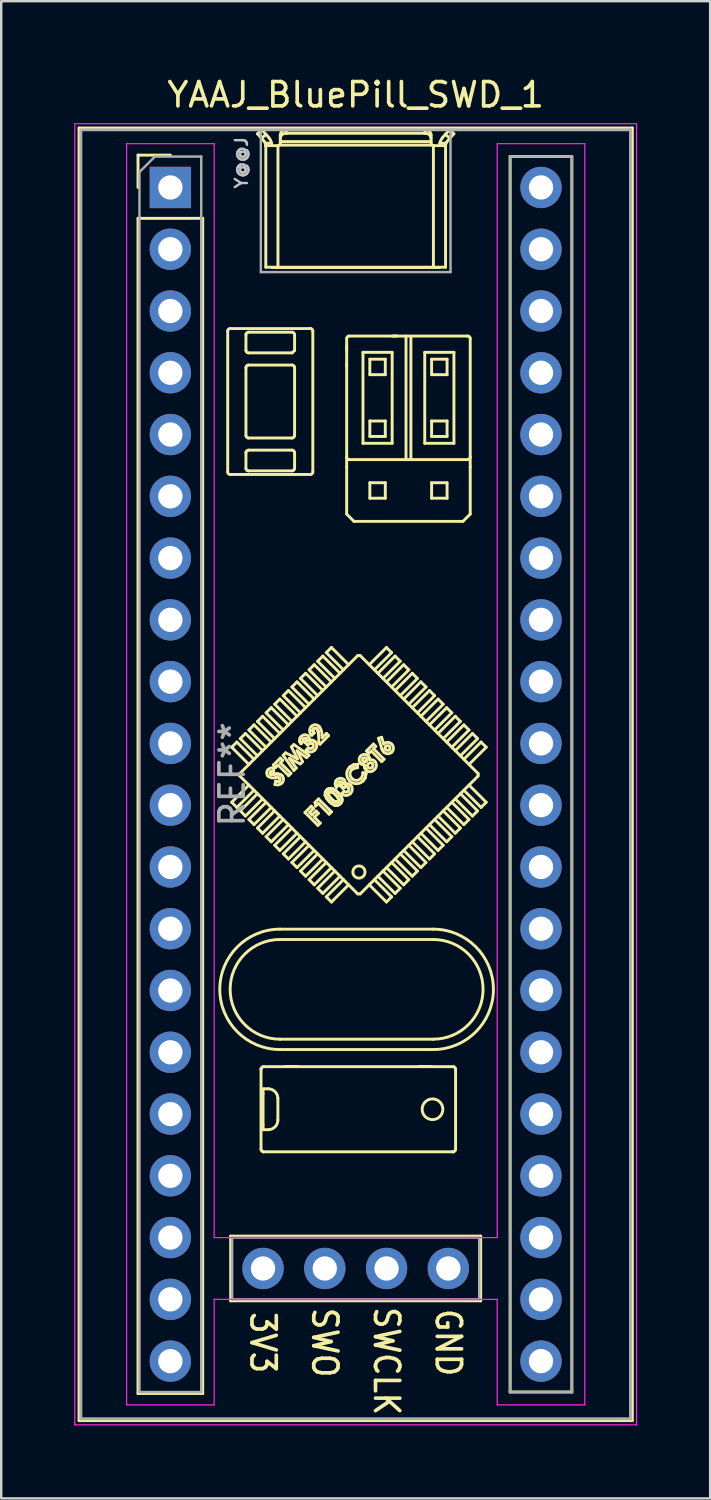
<source format=kicad_pcb>
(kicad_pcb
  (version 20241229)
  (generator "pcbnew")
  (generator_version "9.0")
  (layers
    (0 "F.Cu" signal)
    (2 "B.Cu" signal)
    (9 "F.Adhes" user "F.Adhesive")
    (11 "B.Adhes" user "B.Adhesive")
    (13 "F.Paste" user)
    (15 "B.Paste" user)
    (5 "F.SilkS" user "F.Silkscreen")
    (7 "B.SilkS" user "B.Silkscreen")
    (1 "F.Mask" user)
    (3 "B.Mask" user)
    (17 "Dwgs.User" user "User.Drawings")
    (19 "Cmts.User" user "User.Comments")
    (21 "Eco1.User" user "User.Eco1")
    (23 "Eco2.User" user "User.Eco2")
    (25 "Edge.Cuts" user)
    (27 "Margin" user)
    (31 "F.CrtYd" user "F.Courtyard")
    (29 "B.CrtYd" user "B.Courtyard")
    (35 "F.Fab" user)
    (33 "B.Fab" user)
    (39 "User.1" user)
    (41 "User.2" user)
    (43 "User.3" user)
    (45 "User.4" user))
  (footprint "YAAJ_BluePill_SWD_1"
    (layer "F.Cu")
    (at 3.955 4.658)
    (property "Reference" "YAAJ_BluePill_SWD_1" (at 7.62 -3.81 0) (layer "F.SilkS") (effects (font (size 1 1) (thickness 0.15))))
    (attr through_hole)
    (fp_line (start -3.755 -2.445) (end 18.995 -2.445) (stroke (width 0.12) (type solid)) (layer "F.SilkS"))
    (fp_line (start -3.755 50.705) (end -3.755 -2.445) (stroke (width 0.12) (type solid)) (layer "F.SilkS"))
    (fp_line (start -1.33 -1.33) (end 0 -1.33) (stroke (width 0.12) (type solid)) (layer "F.SilkS"))
    (fp_line (start -1.33 0) (end -1.33 -1.33) (stroke (width 0.12) (type solid)) (layer "F.SilkS"))
    (fp_line (start -1.33 1.27) (end 1.33 1.27) (stroke (width 0.12) (type solid)) (layer "F.SilkS"))
    (fp_line (start -1.33 49.59) (end -1.33 1.27) (stroke (width 0.12) (type solid)) (layer "F.SilkS"))
    (fp_line (start 1.33 1.27) (end 1.33 49.59) (stroke (width 0.12) (type solid)) (layer "F.SilkS"))
    (fp_line (start 1.33 49.59) (end -1.33 49.59) (stroke (width 0.12) (type solid)) (layer "F.SilkS"))
    (fp_line (start 2.358 5.902) (end 2.358 11.702) (stroke (width 0.12) (type solid)) (layer "F.SilkS"))
    (fp_line (start 2.458 11.802) (end 5.758 11.802) (stroke (width 0.12) (type solid)) (layer "F.SilkS"))
    (fp_line (start 2.48 43.12) (end 2.48 45.78) (stroke (width 0.12) (type solid)) (layer "F.SilkS"))
    (fp_line (start 2.48 45.78) (end 12.76 45.78) (stroke (width 0.12) (type solid)) (layer "F.SilkS"))
    (fp_line (start 2.522 23.017) (end 3.229 23.724) (stroke (width 0.12) (type solid)) (layer "F.SilkS"))
    (fp_line (start 2.522 25.28) (end 3.229 24.573) (stroke (width 0.12) (type solid)) (layer "F.SilkS"))
    (fp_line (start 2.734 22.805) (end 2.522 23.017) (stroke (width 0.12) (type solid)) (layer "F.SilkS"))
    (fp_line (start 2.734 22.805) (end 3.441 23.512) (stroke (width 0.12) (type solid)) (layer "F.SilkS"))
    (fp_line (start 2.734 25.492) (end 2.522 25.28) (stroke (width 0.12) (type solid)) (layer "F.SilkS"))
    (fp_line (start 2.734 25.492) (end 3.441 24.785) (stroke (width 0.12) (type solid)) (layer "F.SilkS"))
    (fp_line (start 2.855 24.199) (end 2.855 24.099) (stroke (width 0.12) (type solid)) (layer "F.SilkS"))
    (fp_line (start 2.855 24.199) (end 7.704 29.048) (stroke (width 0.12) (type solid)) (layer "F.SilkS"))
    (fp_line (start 2.875 22.664) (end 3.583 23.371) (stroke (width 0.12) (type solid)) (layer "F.SilkS"))
    (fp_line (start 2.875 25.634) (end 3.583 24.926) (stroke (width 0.12) (type solid)) (layer "F.SilkS"))
    (fp_line (start 3.088 22.452) (end 2.875 22.664) (stroke (width 0.12) (type solid)) (layer "F.SilkS"))
    (fp_line (start 3.088 22.452) (end 3.795 23.159) (stroke (width 0.12) (type solid)) (layer "F.SilkS"))
    (fp_line (start 3.088 25.846) (end 2.875 25.634) (stroke (width 0.12) (type solid)) (layer "F.SilkS"))
    (fp_line (start 3.088 25.846) (end 3.795 25.139) (stroke (width 0.12) (type solid)) (layer "F.SilkS"))
    (fp_line (start 3.108 6.702) (end 3.108 6.052) (stroke (width 0.12) (type solid)) (layer "F.SilkS"))
    (fp_line (start 3.108 10.202) (end 3.108 7.402) (stroke (width 0.12) (type solid)) (layer "F.SilkS"))
    (fp_line (start 3.108 11.552) (end 3.108 10.902) (stroke (width 0.12) (type solid)) (layer "F.SilkS"))
    (fp_line (start 3.208 5.952) (end 5.008 5.952) (stroke (width 0.12) (type solid)) (layer "F.SilkS"))
    (fp_line (start 3.208 7.302) (end 5.008 7.302) (stroke (width 0.12) (type solid)) (layer "F.SilkS"))
    (fp_line (start 3.208 10.802) (end 5.008 10.802) (stroke (width 0.12) (type solid)) (layer "F.SilkS"))
    (fp_line (start 3.229 22.31) (end 3.936 23.017) (stroke (width 0.12) (type solid)) (layer "F.SilkS"))
    (fp_line (start 3.229 25.987) (end 3.936 25.28) (stroke (width 0.12) (type solid)) (layer "F.SilkS"))
    (fp_line (start 3.441 22.098) (end 3.229 22.31) (stroke (width 0.12) (type solid)) (layer "F.SilkS"))
    (fp_line (start 3.441 22.098) (end 4.148 22.805) (stroke (width 0.12) (type solid)) (layer "F.SilkS"))
    (fp_line (start 3.441 26.199) (end 3.229 25.987) (stroke (width 0.12) (type solid)) (layer "F.SilkS"))
    (fp_line (start 3.441 26.199) (end 4.148 25.492) (stroke (width 0.12) (type solid)) (layer "F.SilkS"))
    (fp_line (start 3.583 -2.207) (end 3.861 -1.891) (stroke (width 0.12) (type solid)) (layer "F.SilkS"))
    (fp_line (start 3.583 21.957) (end 4.29 22.664) (stroke (width 0.12) (type solid)) (layer "F.SilkS"))
    (fp_line (start 3.583 26.341) (end 4.29 25.634) (stroke (width 0.12) (type solid)) (layer "F.SilkS"))
    (fp_line (start 3.728 36.253) (end 3.728 39.553) (stroke (width 0.12) (type solid)) (layer "F.SilkS"))
    (fp_line (start 3.728 36.252) (end 3.728 36.253) (stroke (width 0.12) (type solid)) (layer "F.SilkS"))
    (fp_line (start 3.748 -2.02) (end 3.933 -2.182) (stroke (width 0.12) (type solid)) (layer "F.SilkS"))
    (fp_line (start 3.767 -2.37) (end 3.583 -2.207) (stroke (width 0.12) (type solid)) (layer "F.SilkS"))
    (fp_line (start 3.795 21.744) (end 3.583 21.957) (stroke (width 0.12) (type solid)) (layer "F.SilkS"))
    (fp_line (start 3.795 21.744) (end 4.502 22.452) (stroke (width 0.12) (type solid)) (layer "F.SilkS"))
    (fp_line (start 3.795 26.553) (end 3.583 26.341) (stroke (width 0.12) (type solid)) (layer "F.SilkS"))
    (fp_line (start 3.795 26.553) (end 4.502 25.846) (stroke (width 0.12) (type solid)) (layer "F.SilkS"))
    (fp_line (start 3.812 38.544) (end 3.812 37.262) (stroke (width 0.12) (type solid)) (layer "F.SilkS"))
    (fp_line (start 3.827 39.653) (end 3.828 39.653) (stroke (width 0.12) (type solid)) (layer "F.SilkS"))
    (fp_line (start 3.828 36.153) (end 3.827 36.153) (stroke (width 0.12) (type solid)) (layer "F.SilkS"))
    (fp_line (start 3.828 36.153) (end 11.628 36.153) (stroke (width 0.12) (type solid)) (layer "F.SilkS"))
    (fp_line (start 3.828 39.653) (end 11.628 39.653) (stroke (width 0.12) (type solid)) (layer "F.SilkS"))
    (fp_line (start 3.834 38.744) (end 4.021 38.744) (stroke (width 0.12) (type solid)) (layer "F.SilkS"))
    (fp_line (start 3.924 -1.728) (end 3.929 -1.72) (stroke (width 0.12) (type solid)) (layer "F.SilkS"))
    (fp_line (start 3.924 -1.726) (end 3.924 -1.728) (stroke (width 0.12) (type solid)) (layer "F.SilkS"))
    (fp_line (start 3.924 -1.726) (end 3.924 3.28) (stroke (width 0.12) (type solid)) (layer "F.SilkS"))
    (fp_line (start 3.929 -1.72) (end 3.93 -1.72) (stroke (width 0.12) (type solid)) (layer "F.SilkS"))
    (fp_line (start 3.93 -1.72) (end 4.42 -1.72) (stroke (width 0.12) (type solid)) (layer "F.SilkS"))
    (fp_line (start 3.936 21.603) (end 4.643 22.31) (stroke (width 0.12) (type solid)) (layer "F.SilkS"))
    (fp_line (start 3.936 26.694) (end 4.643 25.987) (stroke (width 0.12) (type solid)) (layer "F.SilkS"))
    (fp_line (start 4.021 37.062) (end 3.834 37.062) (stroke (width 0.12) (type solid)) (layer "F.SilkS"))
    (fp_line (start 4.045 -2.055) (end 3.767 -2.37) (stroke (width 0.12) (type solid)) (layer "F.SilkS"))
    (fp_line (start 4.108 24.11) (end 4.126 24.122) (stroke (width 0.12) (type solid)) (layer "F.SilkS"))
    (fp_line (start 4.108 24.11) (end 4.126 24.122) (stroke (width 0.12) (type solid)) (layer "F.SilkS"))
    (fp_line (start 4.126 24.122) (end 4.142 24.127) (stroke (width 0.12) (type solid)) (layer "F.SilkS"))
    (fp_line (start 4.126 24.122) (end 4.142 24.127) (stroke (width 0.12) (type solid)) (layer "F.SilkS"))
    (fp_line (start 4.142 24.127) (end 4.221 24.127) (stroke (width 0.12) (type solid)) (layer "F.SilkS"))
    (fp_line (start 4.142 24.127) (end 4.221 24.127) (stroke (width 0.12) (type solid)) (layer "F.SilkS"))
    (fp_line (start 4.148 21.391) (end 3.936 21.603) (stroke (width 0.12) (type solid)) (layer "F.SilkS"))
    (fp_line (start 4.148 21.391) (end 4.855 22.098) (stroke (width 0.12) (type solid)) (layer "F.SilkS"))
    (fp_line (start 4.148 26.906) (end 3.936 26.694) (stroke (width 0.12) (type solid)) (layer "F.SilkS"))
    (fp_line (start 4.148 26.906) (end 4.855 26.199) (stroke (width 0.12) (type solid)) (layer "F.SilkS"))
    (fp_line (start 4.161 -1.82) (end 3.905 -1.82) (stroke (width 0.12) (type solid)) (layer "F.SilkS"))
    (fp_line (start 4.17 -1.72) (end 4.17 -1.724) (stroke (width 0.12) (type solid)) (layer "F.SilkS"))
    (fp_line (start 4.221 24.127) (end 4.283 24.123) (stroke (width 0.12) (type solid)) (layer "F.SilkS"))
    (fp_line (start 4.221 24.127) (end 4.283 24.123) (stroke (width 0.12) (type solid)) (layer "F.SilkS"))
    (fp_line (start 4.236 23.749) (end 4.522 23.463) (stroke (width 0.12) (type solid)) (layer "F.SilkS"))
    (fp_line (start 4.253 23.874) (end 4.247 24.011) (stroke (width 0.12) (type solid)) (layer "F.SilkS"))
    (fp_line (start 4.283 24.123) (end 4.355 24.118) (stroke (width 0.12) (type solid)) (layer "F.SilkS"))
    (fp_line (start 4.283 24.123) (end 4.355 24.118) (stroke (width 0.12) (type solid)) (layer "F.SilkS"))
    (fp_line (start 4.29 21.249) (end 4.997 21.957) (stroke (width 0.12) (type solid)) (layer "F.SilkS"))
    (fp_line (start 4.29 27.048) (end 4.997 26.341) (stroke (width 0.12) (type solid)) (layer "F.SilkS"))
    (fp_line (start 4.3 24.547) (end 4.334 24.413) (stroke (width 0.12) (type solid)) (layer "F.SilkS"))
    (fp_line (start 4.331 23.844) (end 4.236 23.749) (stroke (width 0.12) (type solid)) (layer "F.SilkS"))
    (fp_line (start 4.334 24.413) (end 4.424 24.424) (stroke (width 0.12) (type solid)) (layer "F.SilkS"))
    (fp_line (start 4.334 24.413) (end 4.424 24.424) (stroke (width 0.12) (type solid)) (layer "F.SilkS"))
    (fp_line (start 4.355 24.118) (end 4.412 24.116) (stroke (width 0.12) (type solid)) (layer "F.SilkS"))
    (fp_line (start 4.355 24.118) (end 4.412 24.116) (stroke (width 0.12) (type solid)) (layer "F.SilkS"))
    (fp_line (start 4.412 24.116) (end 4.518 24.135) (stroke (width 0.12) (type solid)) (layer "F.SilkS"))
    (fp_line (start 4.412 24.116) (end 4.518 24.135) (stroke (width 0.12) (type solid)) (layer "F.SilkS"))
    (fp_line (start 4.42 -1.72) (end 4.424 -1.72) (stroke (width 0.12) (type solid)) (layer "F.SilkS"))
    (fp_line (start 4.421 37.462) (end 4.421 38.344) (stroke (width 0.12) (type solid)) (layer "F.SilkS"))
    (fp_line (start 4.424 -1.72) (end 4.424 3.29) (stroke (width 0.12) (type solid)) (layer "F.SilkS"))
    (fp_line (start 4.424 24.424) (end 4.459 24.415) (stroke (width 0.12) (type solid)) (layer "F.SilkS"))
    (fp_line (start 4.424 24.424) (end 4.459 24.415) (stroke (width 0.12) (type solid)) (layer "F.SilkS"))
    (fp_line (start 4.427 23.749) (end 4.331 23.844) (stroke (width 0.12) (type solid)) (layer "F.SilkS"))
    (fp_line (start 4.459 24.415) (end 4.489 24.394) (stroke (width 0.12) (type solid)) (layer "F.SilkS"))
    (fp_line (start 4.459 24.415) (end 4.489 24.394) (stroke (width 0.12) (type solid)) (layer "F.SilkS"))
    (fp_line (start 4.502 21.037) (end 4.29 21.249) (stroke (width 0.12) (type solid)) (layer "F.SilkS"))
    (fp_line (start 4.502 21.037) (end 5.209 21.744) (stroke (width 0.12) (type solid)) (layer "F.SilkS"))
    (fp_line (start 4.502 27.26) (end 4.29 27.048) (stroke (width 0.12) (type solid)) (layer "F.SilkS"))
    (fp_line (start 4.502 27.26) (end 5.209 26.553) (stroke (width 0.12) (type solid)) (layer "F.SilkS"))
    (fp_line (start 4.508 30.923) (end 10.808 30.923) (stroke (width 0.12) (type solid)) (layer "F.SilkS"))
    (fp_line (start 4.508 35.448) (end 10.808 35.448) (stroke (width 0.12) (type solid)) (layer "F.SilkS"))
    (fp_line (start 4.518 24.135) (end 4.588 24.183) (stroke (width 0.12) (type solid)) (layer "F.SilkS"))
    (fp_line (start 4.518 24.135) (end 4.588 24.183) (stroke (width 0.12) (type solid)) (layer "F.SilkS"))
    (fp_line (start 4.52 -2.165) (end 4.52 -1.82) (stroke (width 0.12) (type solid)) (layer "F.SilkS"))
    (fp_line (start 4.52 -1.885) (end 10.72 -1.885) (stroke (width 0.12) (type solid)) (layer "F.SilkS"))
    (fp_line (start 4.522 23.463) (end 4.617 23.559) (stroke (width 0.12) (type solid)) (layer "F.SilkS"))
    (fp_line (start 4.522 23.654) (end 4.957 24.089) (stroke (width 0.12) (type solid)) (layer "F.SilkS"))
    (fp_line (start 4.617 23.559) (end 4.522 23.654) (stroke (width 0.12) (type solid)) (layer "F.SilkS"))
    (fp_line (start 4.639 23.347) (end 4.737 23.248) (stroke (width 0.12) (type solid)) (layer "F.SilkS"))
    (fp_line (start 4.643 20.896) (end 5.35 21.603) (stroke (width 0.12) (type solid)) (layer "F.SilkS"))
    (fp_line (start 4.643 27.401) (end 5.35 26.694) (stroke (width 0.12) (type solid)) (layer "F.SilkS"))
    (fp_line (start 4.737 23.248) (end 5.228 23.497) (stroke (width 0.12) (type solid)) (layer "F.SilkS"))
    (fp_line (start 4.77 -2.227) (end 4.77 -2.37) (stroke (width 0.12) (type solid)) (layer "F.SilkS"))
    (fp_line (start 4.855 20.684) (end 4.643 20.896) (stroke (width 0.12) (type solid)) (layer "F.SilkS"))
    (fp_line (start 4.855 20.684) (end 5.562 21.391) (stroke (width 0.12) (type solid)) (layer "F.SilkS"))
    (fp_line (start 4.855 27.613) (end 4.643 27.401) (stroke (width 0.12) (type solid)) (layer "F.SilkS"))
    (fp_line (start 4.855 27.613) (end 5.562 26.906) (stroke (width 0.12) (type solid)) (layer "F.SilkS"))
    (fp_line (start 4.862 24.184) (end 4.427 23.749) (stroke (width 0.12) (type solid)) (layer "F.SilkS"))
    (fp_line (start 4.897 23.479) (end 5.176 23.87) (stroke (width 0.12) (type solid)) (layer "F.SilkS"))
    (fp_line (start 4.957 24.089) (end 4.862 24.184) (stroke (width 0.12) (type solid)) (layer "F.SilkS"))
    (fp_line (start 4.98 23.005) (end 5.078 22.907) (stroke (width 0.12) (type solid)) (layer "F.SilkS"))
    (fp_line (start 4.997 20.542) (end 5.704 21.249) (stroke (width 0.12) (type solid)) (layer "F.SilkS"))
    (fp_line (start 4.997 27.755) (end 5.704 27.048) (stroke (width 0.12) (type solid)) (layer "F.SilkS"))
    (fp_line (start 5.008 6.802) (end 3.208 6.802) (stroke (width 0.12) (type solid)) (layer "F.SilkS"))
    (fp_line (start 5.008 6.802) (end 5.108 6.702) (stroke (width 0.12) (type solid)) (layer "F.SilkS"))
    (fp_line (start 5.008 10.302) (end 3.208 10.302) (stroke (width 0.12) (type solid)) (layer "F.SilkS"))
    (fp_line (start 5.008 11.652) (end 3.208 11.652) (stroke (width 0.12) (type solid)) (layer "F.SilkS"))
    (fp_line (start 5.078 22.907) (end 5.698 23.348) (stroke (width 0.12) (type solid)) (layer "F.SilkS"))
    (fp_line (start 5.079 23.967) (end 4.639 23.347) (stroke (width 0.12) (type solid)) (layer "F.SilkS"))
    (fp_line (start 5.108 6.052) (end 5.108 6.702) (stroke (width 0.12) (type solid)) (layer "F.SilkS"))
    (fp_line (start 5.108 7.402) (end 5.108 10.202) (stroke (width 0.12) (type solid)) (layer "F.SilkS"))
    (fp_line (start 5.108 10.902) (end 5.108 11.552) (stroke (width 0.12) (type solid)) (layer "F.SilkS"))
    (fp_line (start 5.176 23.87) (end 5.079 23.967) (stroke (width 0.12) (type solid)) (layer "F.SilkS"))
    (fp_line (start 5.209 20.33) (end 4.997 20.542) (stroke (width 0.12) (type solid)) (layer "F.SilkS"))
    (fp_line (start 5.209 20.33) (end 5.916 21.037) (stroke (width 0.12) (type solid)) (layer "F.SilkS"))
    (fp_line (start 5.209 27.967) (end 4.997 27.755) (stroke (width 0.12) (type solid)) (layer "F.SilkS"))
    (fp_line (start 5.209 27.967) (end 5.916 27.26) (stroke (width 0.12) (type solid)) (layer "F.SilkS"))
    (fp_line (start 5.21 23.166) (end 5.435 23.611) (stroke (width 0.12) (type solid)) (layer "F.SilkS"))
    (fp_line (start 5.228 36.143) (end 4.728 36.143) (stroke (width 0.12) (type solid)) (layer "F.SilkS"))
    (fp_line (start 5.228 23.497) (end 4.98 23.005) (stroke (width 0.12) (type solid)) (layer "F.SilkS"))
    (fp_line (start 5.319 22.738) (end 5.339 22.637) (stroke (width 0.12) (type solid)) (layer "F.SilkS"))
    (fp_line (start 5.319 22.738) (end 5.339 22.637) (stroke (width 0.12) (type solid)) (layer "F.SilkS"))
    (fp_line (start 5.331 22.801) (end 5.319 22.738) (stroke (width 0.12) (type solid)) (layer "F.SilkS"))
    (fp_line (start 5.331 22.801) (end 5.319 22.738) (stroke (width 0.12) (type solid)) (layer "F.SilkS"))
    (fp_line (start 5.339 22.637) (end 5.387 22.571) (stroke (width 0.12) (type solid)) (layer "F.SilkS"))
    (fp_line (start 5.339 22.637) (end 5.387 22.571) (stroke (width 0.12) (type solid)) (layer "F.SilkS"))
    (fp_line (start 5.342 23.704) (end 4.897 23.479) (stroke (width 0.12) (type solid)) (layer "F.SilkS"))
    (fp_line (start 5.35 20.189) (end 6.057 20.896) (stroke (width 0.12) (type solid)) (layer "F.SilkS"))
    (fp_line (start 5.35 28.108) (end 6.057 27.401) (stroke (width 0.12) (type solid)) (layer "F.SilkS"))
    (fp_line (start 5.372 22.872) (end 5.331 22.801) (stroke (width 0.12) (type solid)) (layer "F.SilkS"))
    (fp_line (start 5.372 22.872) (end 5.331 22.801) (stroke (width 0.12) (type solid)) (layer "F.SilkS"))
    (fp_line (start 5.435 23.611) (end 5.342 23.704) (stroke (width 0.12) (type solid)) (layer "F.SilkS"))
    (fp_line (start 5.467 22.777) (end 5.372 22.872) (stroke (width 0.12) (type solid)) (layer "F.SilkS"))
    (fp_line (start 5.535 25.7) (end 5.793 25.442) (stroke (width 0.12) (type solid)) (layer "F.SilkS"))
    (fp_line (start 5.549 22.831) (end 5.6 22.752) (stroke (width 0.12) (type solid)) (layer "F.SilkS"))
    (fp_line (start 5.549 22.831) (end 5.6 22.752) (stroke (width 0.12) (type solid)) (layer "F.SilkS"))
    (fp_line (start 5.562 19.977) (end 5.35 20.189) (stroke (width 0.12) (type solid)) (layer "F.SilkS"))
    (fp_line (start 5.562 19.977) (end 6.27 20.684) (stroke (width 0.12) (type solid)) (layer "F.SilkS"))
    (fp_line (start 5.562 28.321) (end 5.35 28.108) (stroke (width 0.12) (type solid)) (layer "F.SilkS"))
    (fp_line (start 5.562 28.321) (end 6.27 27.613) (stroke (width 0.12) (type solid)) (layer "F.SilkS"))
    (fp_line (start 5.583 23.137) (end 5.678 23.042) (stroke (width 0.12) (type solid)) (layer "F.SilkS"))
    (fp_line (start 5.598 22.683) (end 5.585 22.664) (stroke (width 0.12) (type solid)) (layer "F.SilkS"))
    (fp_line (start 5.598 22.683) (end 5.585 22.664) (stroke (width 0.12) (type solid)) (layer "F.SilkS"))
    (fp_line (start 5.6 22.752) (end 5.605 22.706) (stroke (width 0.12) (type solid)) (layer "F.SilkS"))
    (fp_line (start 5.6 22.752) (end 5.605 22.706) (stroke (width 0.12) (type solid)) (layer "F.SilkS"))
    (fp_line (start 5.602 23.444) (end 5.21 23.166) (stroke (width 0.12) (type solid)) (layer "F.SilkS"))
    (fp_line (start 5.605 22.706) (end 5.598 22.683) (stroke (width 0.12) (type solid)) (layer "F.SilkS"))
    (fp_line (start 5.605 22.706) (end 5.598 22.683) (stroke (width 0.12) (type solid)) (layer "F.SilkS"))
    (fp_line (start 5.637 22.92) (end 5.549 22.831) (stroke (width 0.12) (type solid)) (layer "F.SilkS"))
    (fp_line (start 5.698 23.348) (end 5.602 23.444) (stroke (width 0.12) (type solid)) (layer "F.SilkS"))
    (fp_line (start 5.704 19.835) (end 6.411 20.542) (stroke (width 0.12) (type solid)) (layer "F.SilkS"))
    (fp_line (start 5.704 28.462) (end 6.411 27.755) (stroke (width 0.12) (type solid)) (layer "F.SilkS"))
    (fp_line (start 5.725 25.7) (end 5.827 25.802) (stroke (width 0.12) (type solid)) (layer "F.SilkS"))
    (fp_line (start 5.738 22.854) (end 5.637 22.92) (stroke (width 0.12) (type solid)) (layer "F.SilkS"))
    (fp_line (start 5.738 22.854) (end 5.637 22.92) (stroke (width 0.12) (type solid)) (layer "F.SilkS"))
    (fp_line (start 5.758 5.802) (end 2.458 5.802) (stroke (width 0.12) (type solid)) (layer "F.SilkS"))
    (fp_line (start 5.762 5.802) (end 5.758 5.802) (stroke (width 0.12) (type solid)) (layer "F.SilkS"))
    (fp_line (start 5.793 25.442) (end 5.888 25.537) (stroke (width 0.12) (type solid)) (layer "F.SilkS"))
    (fp_line (start 5.798 22.849) (end 5.738 22.854) (stroke (width 0.12) (type solid)) (layer "F.SilkS"))
    (fp_line (start 5.798 22.849) (end 5.738 22.854) (stroke (width 0.12) (type solid)) (layer "F.SilkS"))
    (fp_line (start 5.827 25.802) (end 5.99 25.639) (stroke (width 0.12) (type solid)) (layer "F.SilkS"))
    (fp_line (start 5.827 22.858) (end 5.798 22.849) (stroke (width 0.12) (type solid)) (layer "F.SilkS"))
    (fp_line (start 5.827 22.858) (end 5.798 22.849) (stroke (width 0.12) (type solid)) (layer "F.SilkS"))
    (fp_line (start 5.852 22.876) (end 5.827 22.858) (stroke (width 0.12) (type solid)) (layer "F.SilkS"))
    (fp_line (start 5.852 22.876) (end 5.827 22.858) (stroke (width 0.12) (type solid)) (layer "F.SilkS"))
    (fp_line (start 5.858 11.702) (end 5.858 5.902) (stroke (width 0.12) (type solid)) (layer "F.SilkS"))
    (fp_line (start 5.862 22.307) (end 5.866 22.36) (stroke (width 0.12) (type solid)) (layer "F.SilkS"))
    (fp_line (start 5.862 22.307) (end 5.866 22.36) (stroke (width 0.12) (type solid)) (layer "F.SilkS"))
    (fp_line (start 5.866 22.36) (end 5.909 22.43) (stroke (width 0.12) (type solid)) (layer "F.SilkS"))
    (fp_line (start 5.866 22.36) (end 5.909 22.43) (stroke (width 0.12) (type solid)) (layer "F.SilkS"))
    (fp_line (start 5.887 22.261) (end 5.862 22.307) (stroke (width 0.12) (type solid)) (layer "F.SilkS"))
    (fp_line (start 5.887 22.261) (end 5.862 22.307) (stroke (width 0.12) (type solid)) (layer "F.SilkS"))
    (fp_line (start 5.888 25.537) (end 5.725 25.7) (stroke (width 0.12) (type solid)) (layer "F.SilkS"))
    (fp_line (start 5.909 22.43) (end 5.814 22.525) (stroke (width 0.12) (type solid)) (layer "F.SilkS"))
    (fp_line (start 5.916 19.623) (end 5.704 19.835) (stroke (width 0.12) (type solid)) (layer "F.SilkS"))
    (fp_line (start 5.916 19.623) (end 6.623 20.33) (stroke (width 0.12) (type solid)) (layer "F.SilkS"))
    (fp_line (start 5.916 28.674) (end 5.704 28.462) (stroke (width 0.12) (type solid)) (layer "F.SilkS"))
    (fp_line (start 5.916 28.674) (end 6.623 27.967) (stroke (width 0.12) (type solid)) (layer "F.SilkS"))
    (fp_line (start 5.922 25.898) (end 6.16 26.136) (stroke (width 0.12) (type solid)) (layer "F.SilkS"))
    (fp_line (start 5.945 25.29) (end 6.092 25.143) (stroke (width 0.12) (type solid)) (layer "F.SilkS"))
    (fp_line (start 5.977 25.435) (end 5.945 25.29) (stroke (width 0.12) (type solid)) (layer "F.SilkS"))
    (fp_line (start 5.99 25.639) (end 6.086 25.734) (stroke (width 0.12) (type solid)) (layer "F.SilkS"))
    (fp_line (start 6.057 19.482) (end 6.765 20.189) (stroke (width 0.12) (type solid)) (layer "F.SilkS"))
    (fp_line (start 6.057 28.815) (end 6.765 28.108) (stroke (width 0.12) (type solid)) (layer "F.SilkS"))
    (fp_line (start 6.065 26.231) (end 5.535 25.7) (stroke (width 0.12) (type solid)) (layer "F.SilkS"))
    (fp_line (start 6.08 22.368) (end 6.027 22.263) (stroke (width 0.12) (type solid)) (layer "F.SilkS"))
    (fp_line (start 6.08 22.368) (end 6.027 22.263) (stroke (width 0.12) (type solid)) (layer "F.SilkS"))
    (fp_line (start 6.086 25.326) (end 5.977 25.435) (stroke (width 0.12) (type solid)) (layer "F.SilkS"))
    (fp_line (start 6.086 25.734) (end 5.922 25.898) (stroke (width 0.12) (type solid)) (layer "F.SilkS"))
    (fp_line (start 6.092 25.143) (end 6.623 25.673) (stroke (width 0.12) (type solid)) (layer "F.SilkS"))
    (fp_line (start 6.095 22.52) (end 6.08 22.368) (stroke (width 0.12) (type solid)) (layer "F.SilkS"))
    (fp_line (start 6.095 22.52) (end 6.08 22.368) (stroke (width 0.12) (type solid)) (layer "F.SilkS"))
    (fp_line (start 6.105 22.844) (end 6.095 22.52) (stroke (width 0.12) (type solid)) (layer "F.SilkS"))
    (fp_line (start 6.154 22.892) (end 6.105 22.844) (stroke (width 0.12) (type solid)) (layer "F.SilkS"))
    (fp_line (start 6.16 26.136) (end 6.065 26.231) (stroke (width 0.12) (type solid)) (layer "F.SilkS"))
    (fp_line (start 6.232 22.51) (end 6.24 22.629) (stroke (width 0.12) (type solid)) (layer "F.SilkS"))
    (fp_line (start 6.24 22.629) (end 6.419 22.45) (stroke (width 0.12) (type solid)) (layer "F.SilkS"))
    (fp_line (start 6.27 19.27) (end 6.057 19.482) (stroke (width 0.12) (type solid)) (layer "F.SilkS"))
    (fp_line (start 6.27 19.27) (end 6.977 19.977) (stroke (width 0.12) (type solid)) (layer "F.SilkS"))
    (fp_line (start 6.27 29.028) (end 6.057 28.815) (stroke (width 0.12) (type solid)) (layer "F.SilkS"))
    (fp_line (start 6.27 29.028) (end 6.977 28.321) (stroke (width 0.12) (type solid)) (layer "F.SilkS"))
    (fp_line (start 6.365 24.988) (end 6.373 24.863) (stroke (width 0.12) (type solid)) (layer "F.SilkS"))
    (fp_line (start 6.365 24.988) (end 6.373 24.863) (stroke (width 0.12) (type solid)) (layer "F.SilkS"))
    (fp_line (start 6.373 24.863) (end 6.427 24.781) (stroke (width 0.12) (type solid)) (layer "F.SilkS"))
    (fp_line (start 6.373 24.863) (end 6.427 24.781) (stroke (width 0.12) (type solid)) (layer "F.SilkS"))
    (fp_line (start 6.411 19.128) (end 7.118 19.835) (stroke (width 0.12) (type solid)) (layer "F.SilkS"))
    (fp_line (start 6.411 29.169) (end 7.118 28.462) (stroke (width 0.12) (type solid)) (layer "F.SilkS"))
    (fp_line (start 6.419 22.45) (end 6.507 22.539) (stroke (width 0.12) (type solid)) (layer "F.SilkS"))
    (fp_line (start 6.421 25.111) (end 6.365 24.988) (stroke (width 0.12) (type solid)) (layer "F.SilkS"))
    (fp_line (start 6.421 25.111) (end 6.365 24.988) (stroke (width 0.12) (type solid)) (layer "F.SilkS"))
    (fp_line (start 6.427 24.781) (end 6.48 24.74) (stroke (width 0.12) (type solid)) (layer "F.SilkS"))
    (fp_line (start 6.427 24.781) (end 6.48 24.74) (stroke (width 0.12) (type solid)) (layer "F.SilkS"))
    (fp_line (start 6.48 24.74) (end 6.541 24.715) (stroke (width 0.12) (type solid)) (layer "F.SilkS"))
    (fp_line (start 6.48 24.74) (end 6.541 24.715) (stroke (width 0.12) (type solid)) (layer "F.SilkS"))
    (fp_line (start 6.496 24.948) (end 6.524 25.024) (stroke (width 0.12) (type solid)) (layer "F.SilkS"))
    (fp_line (start 6.496 24.948) (end 6.524 25.024) (stroke (width 0.12) (type solid)) (layer "F.SilkS"))
    (fp_line (start 6.503 24.908) (end 6.496 24.948) (stroke (width 0.12) (type solid)) (layer "F.SilkS"))
    (fp_line (start 6.503 24.908) (end 6.496 24.948) (stroke (width 0.12) (type solid)) (layer "F.SilkS"))
    (fp_line (start 6.507 22.539) (end 6.154 22.892) (stroke (width 0.12) (type solid)) (layer "F.SilkS"))
    (fp_line (start 6.524 25.024) (end 6.629 25.149) (stroke (width 0.12) (type solid)) (layer "F.SilkS"))
    (fp_line (start 6.524 25.024) (end 6.629 25.149) (stroke (width 0.12) (type solid)) (layer "F.SilkS"))
    (fp_line (start 6.525 24.874) (end 6.503 24.908) (stroke (width 0.12) (type solid)) (layer "F.SilkS"))
    (fp_line (start 6.525 24.874) (end 6.503 24.908) (stroke (width 0.12) (type solid)) (layer "F.SilkS"))
    (fp_line (start 6.528 25.768) (end 6.086 25.326) (stroke (width 0.12) (type solid)) (layer "F.SilkS"))
    (fp_line (start 6.533 25.243) (end 6.421 25.111) (stroke (width 0.12) (type solid)) (layer "F.SilkS"))
    (fp_line (start 6.533 25.243) (end 6.421 25.111) (stroke (width 0.12) (type solid)) (layer "F.SilkS"))
    (fp_line (start 6.541 24.715) (end 6.608 24.71) (stroke (width 0.12) (type solid)) (layer "F.SilkS"))
    (fp_line (start 6.541 24.715) (end 6.608 24.71) (stroke (width 0.12) (type solid)) (layer "F.SilkS"))
    (fp_line (start 6.558 24.852) (end 6.525 24.874) (stroke (width 0.12) (type solid)) (layer "F.SilkS"))
    (fp_line (start 6.558 24.852) (end 6.525 24.874) (stroke (width 0.12) (type solid)) (layer "F.SilkS"))
    (fp_line (start 6.597 24.848) (end 6.558 24.852) (stroke (width 0.12) (type solid)) (layer "F.SilkS"))
    (fp_line (start 6.597 24.848) (end 6.558 24.852) (stroke (width 0.12) (type solid)) (layer "F.SilkS"))
    (fp_line (start 6.608 24.71) (end 6.673 24.725) (stroke (width 0.12) (type solid)) (layer "F.SilkS"))
    (fp_line (start 6.608 24.71) (end 6.673 24.725) (stroke (width 0.12) (type solid)) (layer "F.SilkS"))
    (fp_line (start 6.623 25.673) (end 6.528 25.768) (stroke (width 0.12) (type solid)) (layer "F.SilkS"))
    (fp_line (start 6.623 18.916) (end 6.411 19.128) (stroke (width 0.12) (type solid)) (layer "F.SilkS"))
    (fp_line (start 6.623 18.916) (end 7.33 19.623) (stroke (width 0.12) (type solid)) (layer "F.SilkS"))
    (fp_line (start 6.623 29.381) (end 6.411 29.169) (stroke (width 0.12) (type solid)) (layer "F.SilkS"))
    (fp_line (start 6.623 29.381) (end 7.33 28.674) (stroke (width 0.12) (type solid)) (layer "F.SilkS"))
    (fp_line (start 6.629 25.149) (end 6.749 25.246) (stroke (width 0.12) (type solid)) (layer "F.SilkS"))
    (fp_line (start 6.629 25.149) (end 6.749 25.246) (stroke (width 0.12) (type solid)) (layer "F.SilkS"))
    (fp_line (start 6.631 25.331) (end 6.533 25.243) (stroke (width 0.12) (type solid)) (layer "F.SilkS"))
    (fp_line (start 6.631 25.331) (end 6.533 25.243) (stroke (width 0.12) (type solid)) (layer "F.SilkS"))
    (fp_line (start 6.671 24.873) (end 6.597 24.848) (stroke (width 0.12) (type solid)) (layer "F.SilkS"))
    (fp_line (start 6.671 24.873) (end 6.597 24.848) (stroke (width 0.12) (type solid)) (layer "F.SilkS"))
    (fp_line (start 6.673 24.725) (end 6.788 24.789) (stroke (width 0.12) (type solid)) (layer "F.SilkS"))
    (fp_line (start 6.673 24.725) (end 6.788 24.789) (stroke (width 0.12) (type solid)) (layer "F.SilkS"))
    (fp_line (start 6.746 25.394) (end 6.631 25.331) (stroke (width 0.12) (type solid)) (layer "F.SilkS"))
    (fp_line (start 6.746 25.394) (end 6.631 25.331) (stroke (width 0.12) (type solid)) (layer "F.SilkS"))
    (fp_line (start 6.749 25.246) (end 6.822 25.268) (stroke (width 0.12) (type solid)) (layer "F.SilkS"))
    (fp_line (start 6.749 25.246) (end 6.822 25.268) (stroke (width 0.12) (type solid)) (layer "F.SilkS"))
    (fp_line (start 6.781 24.526) (end 6.801 24.425) (stroke (width 0.12) (type solid)) (layer "F.SilkS"))
    (fp_line (start 6.781 24.526) (end 6.801 24.425) (stroke (width 0.12) (type solid)) (layer "F.SilkS"))
    (fp_line (start 6.788 24.789) (end 6.888 24.878) (stroke (width 0.12) (type solid)) (layer "F.SilkS"))
    (fp_line (start 6.788 24.789) (end 6.888 24.878) (stroke (width 0.12) (type solid)) (layer "F.SilkS"))
    (fp_line (start 6.793 24.973) (end 6.671 24.873) (stroke (width 0.12) (type solid)) (layer "F.SilkS"))
    (fp_line (start 6.793 24.973) (end 6.671 24.873) (stroke (width 0.12) (type solid)) (layer "F.SilkS"))
    (fp_line (start 6.793 24.589) (end 6.781 24.526) (stroke (width 0.12) (type solid)) (layer "F.SilkS"))
    (fp_line (start 6.793 24.589) (end 6.781 24.526) (stroke (width 0.12) (type solid)) (layer "F.SilkS"))
    (fp_line (start 6.801 24.425) (end 6.849 24.359) (stroke (width 0.12) (type solid)) (layer "F.SilkS"))
    (fp_line (start 6.801 24.425) (end 6.849 24.359) (stroke (width 0.12) (type solid)) (layer "F.SilkS"))
    (fp_line (start 6.811 25.407) (end 6.746 25.394) (stroke (width 0.12) (type solid)) (layer "F.SilkS"))
    (fp_line (start 6.811 25.407) (end 6.746 25.394) (stroke (width 0.12) (type solid)) (layer "F.SilkS"))
    (fp_line (start 6.822 25.268) (end 6.86 25.262) (stroke (width 0.12) (type solid)) (layer "F.SilkS"))
    (fp_line (start 6.822 25.268) (end 6.86 25.262) (stroke (width 0.12) (type solid)) (layer "F.SilkS"))
    (fp_line (start 6.834 24.66) (end 6.793 24.589) (stroke (width 0.12) (type solid)) (layer "F.SilkS"))
    (fp_line (start 6.834 24.66) (end 6.793 24.589) (stroke (width 0.12) (type solid)) (layer "F.SilkS"))
    (fp_line (start 6.856 25.043) (end 6.793 24.973) (stroke (width 0.12) (type solid)) (layer "F.SilkS"))
    (fp_line (start 6.856 25.043) (end 6.793 24.973) (stroke (width 0.12) (type solid)) (layer "F.SilkS"))
    (fp_line (start 6.86 25.262) (end 6.892 25.241) (stroke (width 0.12) (type solid)) (layer "F.SilkS"))
    (fp_line (start 6.86 25.262) (end 6.892 25.241) (stroke (width 0.12) (type solid)) (layer "F.SilkS"))
    (fp_line (start 6.876 25.402) (end 6.811 25.407) (stroke (width 0.12) (type solid)) (layer "F.SilkS"))
    (fp_line (start 6.876 25.402) (end 6.811 25.407) (stroke (width 0.12) (type solid)) (layer "F.SilkS"))
    (fp_line (start 6.888 24.878) (end 6.976 24.977) (stroke (width 0.12) (type solid)) (layer "F.SilkS"))
    (fp_line (start 6.888 24.878) (end 6.976 24.977) (stroke (width 0.12) (type solid)) (layer "F.SilkS"))
    (fp_line (start 6.914 25.146) (end 6.856 25.043) (stroke (width 0.12) (type solid)) (layer "F.SilkS"))
    (fp_line (start 6.914 25.146) (end 6.856 25.043) (stroke (width 0.12) (type solid)) (layer "F.SilkS"))
    (fp_line (start 6.929 24.565) (end 6.834 24.66) (stroke (width 0.12) (type solid)) (layer "F.SilkS"))
    (fp_line (start 6.936 25.377) (end 6.876 25.402) (stroke (width 0.12) (type solid)) (layer "F.SilkS"))
    (fp_line (start 6.936 25.377) (end 6.876 25.402) (stroke (width 0.12) (type solid)) (layer "F.SilkS"))
    (fp_line (start 6.976 24.977) (end 7.041 25.092) (stroke (width 0.12) (type solid)) (layer "F.SilkS"))
    (fp_line (start 6.976 24.977) (end 7.041 25.092) (stroke (width 0.12) (type solid)) (layer "F.SilkS"))
    (fp_line (start 6.988 25.335) (end 6.936 25.377) (stroke (width 0.12) (type solid)) (layer "F.SilkS"))
    (fp_line (start 6.988 25.335) (end 6.936 25.377) (stroke (width 0.12) (type solid)) (layer "F.SilkS"))
    (fp_line (start 7.01 24.619) (end 7.062 24.54) (stroke (width 0.12) (type solid)) (layer "F.SilkS"))
    (fp_line (start 7.01 24.619) (end 7.062 24.54) (stroke (width 0.12) (type solid)) (layer "F.SilkS"))
    (fp_line (start 7.029 25.284) (end 6.988 25.335) (stroke (width 0.12) (type solid)) (layer "F.SilkS"))
    (fp_line (start 7.029 25.284) (end 6.988 25.335) (stroke (width 0.12) (type solid)) (layer "F.SilkS"))
    (fp_line (start 7.041 25.092) (end 7.057 25.157) (stroke (width 0.12) (type solid)) (layer "F.SilkS"))
    (fp_line (start 7.041 25.092) (end 7.057 25.157) (stroke (width 0.12) (type solid)) (layer "F.SilkS"))
    (fp_line (start 7.044 24.925) (end 7.14 24.83) (stroke (width 0.12) (type solid)) (layer "F.SilkS"))
    (fp_line (start 7.054 25.223) (end 7.029 25.284) (stroke (width 0.12) (type solid)) (layer "F.SilkS"))
    (fp_line (start 7.054 25.223) (end 7.029 25.284) (stroke (width 0.12) (type solid)) (layer "F.SilkS"))
    (fp_line (start 7.057 25.157) (end 7.054 25.223) (stroke (width 0.12) (type solid)) (layer "F.SilkS"))
    (fp_line (start 7.057 25.157) (end 7.054 25.223) (stroke (width 0.12) (type solid)) (layer "F.SilkS"))
    (fp_line (start 7.06 24.471) (end 7.047 24.452) (stroke (width 0.12) (type solid)) (layer "F.SilkS"))
    (fp_line (start 7.06 24.471) (end 7.047 24.452) (stroke (width 0.12) (type solid)) (layer "F.SilkS"))
    (fp_line (start 7.062 24.54) (end 7.067 24.494) (stroke (width 0.12) (type solid)) (layer "F.SilkS"))
    (fp_line (start 7.062 24.54) (end 7.067 24.494) (stroke (width 0.12) (type solid)) (layer "F.SilkS"))
    (fp_line (start 7.067 24.494) (end 7.06 24.471) (stroke (width 0.12) (type solid)) (layer "F.SilkS"))
    (fp_line (start 7.067 24.494) (end 7.06 24.471) (stroke (width 0.12) (type solid)) (layer "F.SilkS"))
    (fp_line (start 7.099 24.708) (end 7.01 24.619) (stroke (width 0.12) (type solid)) (layer "F.SilkS"))
    (fp_line (start 7.2 24.642) (end 7.099 24.708) (stroke (width 0.12) (type solid)) (layer "F.SilkS"))
    (fp_line (start 7.2 24.642) (end 7.099 24.708) (stroke (width 0.12) (type solid)) (layer "F.SilkS"))
    (fp_line (start 7.249 6.502) (end 7.249 6.691) (stroke (width 0.12) (type solid)) (layer "F.SilkS"))
    (fp_line (start 7.249 7.231) (end 7.249 7.265) (stroke (width 0.12) (type solid)) (layer "F.SilkS"))
    (fp_line (start 7.249 7.315) (end 7.249 7.359) (stroke (width 0.12) (type solid)) (layer "F.SilkS"))
    (fp_line (start 7.25 11.09) (end 7.25 6.21) (stroke (width 0.12) (type solid)) (layer "F.SilkS"))
    (fp_line (start 7.25 11.09) (end 7.25 11.49) (stroke (width 0.12) (type solid)) (layer "F.SilkS"))
    (fp_line (start 7.25 11.49) (end 7.25 13.43) (stroke (width 0.12) (type solid)) (layer "F.SilkS"))
    (fp_line (start 7.25 13.43) (end 7.55 13.73) (stroke (width 0.12) (type solid)) (layer "F.SilkS"))
    (fp_line (start 7.26 24.637) (end 7.2 24.642) (stroke (width 0.12) (type solid)) (layer "F.SilkS"))
    (fp_line (start 7.26 24.637) (end 7.2 24.642) (stroke (width 0.12) (type solid)) (layer "F.SilkS"))
    (fp_line (start 7.289 24.646) (end 7.26 24.637) (stroke (width 0.12) (type solid)) (layer "F.SilkS"))
    (fp_line (start 7.289 24.646) (end 7.26 24.637) (stroke (width 0.12) (type solid)) (layer "F.SilkS"))
    (fp_line (start 7.314 24.664) (end 7.289 24.646) (stroke (width 0.12) (type solid)) (layer "F.SilkS"))
    (fp_line (start 7.314 24.664) (end 7.289 24.646) (stroke (width 0.12) (type solid)) (layer "F.SilkS"))
    (fp_line (start 7.35 6.11) (end 12.23 6.11) (stroke (width 0.12) (type solid)) (layer "F.SilkS"))
    (fp_line (start 7.369 23.839) (end 7.542 23.736) (stroke (width 0.12) (type solid)) (layer "F.SilkS"))
    (fp_line (start 7.369 23.839) (end 7.542 23.736) (stroke (width 0.12) (type solid)) (layer "F.SilkS"))
    (fp_line (start 7.542 23.736) (end 7.701 23.719) (stroke (width 0.12) (type solid)) (layer "F.SilkS"))
    (fp_line (start 7.542 23.736) (end 7.701 23.719) (stroke (width 0.12) (type solid)) (layer "F.SilkS"))
    (fp_line (start 7.55 13.73) (end 12.03 13.73) (stroke (width 0.12) (type solid)) (layer "F.SilkS"))
    (fp_line (start 7.555 23.876) (end 7.46 23.938) (stroke (width 0.12) (type solid)) (layer "F.SilkS"))
    (fp_line (start 7.555 23.876) (end 7.46 23.938) (stroke (width 0.12) (type solid)) (layer "F.SilkS"))
    (fp_line (start 7.698 23.855) (end 7.555 23.876) (stroke (width 0.12) (type solid)) (layer "F.SilkS"))
    (fp_line (start 7.698 23.855) (end 7.555 23.876) (stroke (width 0.12) (type solid)) (layer "F.SilkS"))
    (fp_line (start 7.701 23.719) (end 7.698 23.855) (stroke (width 0.12) (type solid)) (layer "F.SilkS"))
    (fp_line (start 7.704 19.249) (end 2.855 24.099) (stroke (width 0.12) (type solid)) (layer "F.SilkS"))
    (fp_line (start 7.704 29.048) (end 7.804 29.048) (stroke (width 0.12) (type solid)) (layer "F.SilkS"))
    (fp_line (start 7.804 19.249) (end 7.704 19.249) (stroke (width 0.12) (type solid)) (layer "F.SilkS"))
    (fp_line (start 7.886 23.723) (end 7.825 23.68) (stroke (width 0.12) (type solid)) (layer "F.SilkS"))
    (fp_line (start 7.886 23.723) (end 7.825 23.68) (stroke (width 0.12) (type solid)) (layer "F.SilkS"))
    (fp_line (start 7.91 24.068) (end 8.049 24.071) (stroke (width 0.12) (type solid)) (layer "F.SilkS"))
    (fp_line (start 7.92 6.78) (end 9.12 6.78) (stroke (width 0.12) (type solid)) (layer "F.SilkS"))
    (fp_line (start 7.92 10.52) (end 7.92 6.78) (stroke (width 0.12) (type solid)) (layer "F.SilkS"))
    (fp_line (start 7.979 23.746) (end 7.886 23.723) (stroke (width 0.12) (type solid)) (layer "F.SilkS"))
    (fp_line (start 7.979 23.746) (end 7.886 23.723) (stroke (width 0.12) (type solid)) (layer "F.SilkS"))
    (fp_line (start 7.983 23.845) (end 7.979 23.746) (stroke (width 0.12) (type solid)) (layer "F.SilkS"))
    (fp_line (start 7.983 23.845) (end 7.979 23.746) (stroke (width 0.12) (type solid)) (layer "F.SilkS"))
    (fp_line (start 8.016 24.269) (end 7.925 24.398) (stroke (width 0.12) (type solid)) (layer "F.SilkS"))
    (fp_line (start 8.016 24.269) (end 7.925 24.398) (stroke (width 0.12) (type solid)) (layer "F.SilkS"))
    (fp_line (start 8.045 23.954) (end 7.983 23.845) (stroke (width 0.12) (type solid)) (layer "F.SilkS"))
    (fp_line (start 8.045 23.954) (end 7.983 23.845) (stroke (width 0.12) (type solid)) (layer "F.SilkS"))
    (fp_line (start 8.049 24.071) (end 8.016 24.269) (stroke (width 0.12) (type solid)) (layer "F.SilkS"))
    (fp_line (start 8.049 24.071) (end 8.016 24.269) (stroke (width 0.12) (type solid)) (layer "F.SilkS"))
    (fp_line (start 8.064 23.171) (end 8.35 22.886) (stroke (width 0.12) (type solid)) (layer "F.SilkS"))
    (fp_line (start 8.133 23.376) (end 8.182 23.456) (stroke (width 0.12) (type solid)) (layer "F.SilkS"))
    (fp_line (start 8.133 23.376) (end 8.182 23.456) (stroke (width 0.12) (type solid)) (layer "F.SilkS"))
    (fp_line (start 8.159 23.266) (end 8.064 23.171) (stroke (width 0.12) (type solid)) (layer "F.SilkS"))
    (fp_line (start 8.182 23.456) (end 8.196 23.529) (stroke (width 0.12) (type solid)) (layer "F.SilkS"))
    (fp_line (start 8.182 23.456) (end 8.196 23.529) (stroke (width 0.12) (type solid)) (layer "F.SilkS"))
    (fp_line (start 8.202 7.062) (end 8.838 7.062) (stroke (width 0.12) (type solid)) (layer "F.SilkS"))
    (fp_line (start 8.202 7.698) (end 8.202 7.062) (stroke (width 0.12) (type solid)) (layer "F.SilkS"))
    (fp_line (start 8.202 9.602) (end 8.838 9.602) (stroke (width 0.12) (type solid)) (layer "F.SilkS"))
    (fp_line (start 8.202 10.238) (end 8.202 9.602) (stroke (width 0.12) (type solid)) (layer "F.SilkS"))
    (fp_line (start 8.202 12.142) (end 8.838 12.142) (stroke (width 0.12) (type solid)) (layer "F.SilkS"))
    (fp_line (start 8.202 12.778) (end 8.202 12.142) (stroke (width 0.12) (type solid)) (layer "F.SilkS"))
    (fp_line (start 8.255 23.171) (end 8.159 23.266) (stroke (width 0.12) (type solid)) (layer "F.SilkS"))
    (fp_line (start 8.35 22.886) (end 8.445 22.981) (stroke (width 0.12) (type solid)) (layer "F.SilkS"))
    (fp_line (start 8.35 23.076) (end 8.785 23.511) (stroke (width 0.12) (type solid)) (layer "F.SilkS"))
    (fp_line (start 8.445 22.981) (end 8.35 23.076) (stroke (width 0.12) (type solid)) (layer "F.SilkS"))
    (fp_line (start 8.558 22.65) (end 8.685 22.608) (stroke (width 0.12) (type solid)) (layer "F.SilkS"))
    (fp_line (start 8.685 22.608) (end 8.775 22.882) (stroke (width 0.12) (type solid)) (layer "F.SilkS"))
    (fp_line (start 8.688 23.049) (end 8.558 22.65) (stroke (width 0.12) (type solid)) (layer "F.SilkS"))
    (fp_line (start 8.69 23.606) (end 8.255 23.171) (stroke (width 0.12) (type solid)) (layer "F.SilkS"))
    (fp_line (start 8.718 23.127) (end 8.688 23.049) (stroke (width 0.12) (type solid)) (layer "F.SilkS"))
    (fp_line (start 8.718 23.127) (end 8.688 23.049) (stroke (width 0.12) (type solid)) (layer "F.SilkS"))
    (fp_line (start 8.775 23.216) (end 8.718 23.127) (stroke (width 0.12) (type solid)) (layer "F.SilkS"))
    (fp_line (start 8.775 23.216) (end 8.718 23.127) (stroke (width 0.12) (type solid)) (layer "F.SilkS"))
    (fp_line (start 8.785 23.511) (end 8.69 23.606) (stroke (width 0.12) (type solid)) (layer "F.SilkS"))
    (fp_line (start 8.838 7.062) (end 8.838 7.698) (stroke (width 0.12) (type solid)) (layer "F.SilkS"))
    (fp_line (start 8.838 7.698) (end 8.202 7.698) (stroke (width 0.12) (type solid)) (layer "F.SilkS"))
    (fp_line (start 8.838 9.602) (end 8.838 10.238) (stroke (width 0.12) (type solid)) (layer "F.SilkS"))
    (fp_line (start 8.838 10.238) (end 8.202 10.238) (stroke (width 0.12) (type solid)) (layer "F.SilkS"))
    (fp_line (start 8.838 12.142) (end 8.838 12.778) (stroke (width 0.12) (type solid)) (layer "F.SilkS"))
    (fp_line (start 8.838 12.778) (end 8.202 12.778) (stroke (width 0.12) (type solid)) (layer "F.SilkS"))
    (fp_line (start 8.886 18.916) (end 8.179 19.623) (stroke (width 0.12) (type solid)) (layer "F.SilkS"))
    (fp_line (start 8.886 29.381) (end 8.179 28.674) (stroke (width 0.12) (type solid)) (layer "F.SilkS"))
    (fp_line (start 9.098 19.128) (end 8.391 19.835) (stroke (width 0.12) (type solid)) (layer "F.SilkS"))
    (fp_line (start 9.098 19.128) (end 8.886 18.916) (stroke (width 0.12) (type solid)) (layer "F.SilkS"))
    (fp_line (start 9.098 29.169) (end 8.391 28.462) (stroke (width 0.12) (type solid)) (layer "F.SilkS"))
    (fp_line (start 9.098 29.169) (end 8.886 29.381) (stroke (width 0.12) (type solid)) (layer "F.SilkS"))
    (fp_line (start 9.12 6.78) (end 9.12 10.52) (stroke (width 0.12) (type solid)) (layer "F.SilkS"))
    (fp_line (start 9.12 10.52) (end 7.92 10.52) (stroke (width 0.12) (type solid)) (layer "F.SilkS"))
    (fp_line (start 9.239 19.27) (end 8.532 19.977) (stroke (width 0.12) (type solid)) (layer "F.SilkS"))
    (fp_line (start 9.239 29.028) (end 8.532 28.321) (stroke (width 0.12) (type solid)) (layer "F.SilkS"))
    (fp_line (start 9.331 6.109) (end 9.142 6.109) (stroke (width 0.12) (type solid)) (layer "F.SilkS"))
    (fp_line (start 9.452 19.482) (end 8.744 20.189) (stroke (width 0.12) (type solid)) (layer "F.SilkS"))
    (fp_line (start 9.452 19.482) (end 9.239 19.27) (stroke (width 0.12) (type solid)) (layer "F.SilkS"))
    (fp_line (start 9.452 28.815) (end 8.744 28.108) (stroke (width 0.12) (type solid)) (layer "F.SilkS"))
    (fp_line (start 9.452 28.815) (end 9.239 29.028) (stroke (width 0.12) (type solid)) (layer "F.SilkS"))
    (fp_line (start 9.593 19.623) (end 8.886 20.33) (stroke (width 0.12) (type solid)) (layer "F.SilkS"))
    (fp_line (start 9.593 28.674) (end 8.886 27.967) (stroke (width 0.12) (type solid)) (layer "F.SilkS"))
    (fp_line (start 9.69 11.19) (end 7.35 11.19) (stroke (width 0.12) (type solid)) (layer "F.SilkS"))
    (fp_line (start 9.69 11.19) (end 9.69 6.11) (stroke (width 0.12) (type solid)) (layer "F.SilkS"))
    (fp_line (start 9.805 19.835) (end 9.098 20.542) (stroke (width 0.12) (type solid)) (layer "F.SilkS"))
    (fp_line (start 9.805 19.835) (end 9.593 19.623) (stroke (width 0.12) (type solid)) (layer "F.SilkS"))
    (fp_line (start 9.805 28.462) (end 9.098 27.755) (stroke (width 0.12) (type solid)) (layer "F.SilkS"))
    (fp_line (start 9.805 28.462) (end 9.593 28.674) (stroke (width 0.12) (type solid)) (layer "F.SilkS"))
    (fp_line (start 9.89 6.16) (end 9.89 11.19) (stroke (width 0.12) (type solid)) (layer "F.SilkS"))
    (fp_line (start 9.947 19.977) (end 9.239 20.684) (stroke (width 0.12) (type solid)) (layer "F.SilkS"))
    (fp_line (start 9.947 28.321) (end 9.239 27.613) (stroke (width 0.12) (type solid)) (layer "F.SilkS"))
    (fp_line (start 10.159 20.189) (end 9.452 20.896) (stroke (width 0.12) (type solid)) (layer "F.SilkS"))
    (fp_line (start 10.159 20.189) (end 9.947 19.977) (stroke (width 0.12) (type solid)) (layer "F.SilkS"))
    (fp_line (start 10.159 28.108) (end 9.452 27.401) (stroke (width 0.12) (type solid)) (layer "F.SilkS"))
    (fp_line (start 10.159 28.108) (end 9.947 28.321) (stroke (width 0.12) (type solid)) (layer "F.SilkS"))
    (fp_line (start 10.228 36.143) (end 10.728 36.143) (stroke (width 0.12) (type solid)) (layer "F.SilkS"))
    (fp_line (start 10.3 20.33) (end 9.593 21.037) (stroke (width 0.12) (type solid)) (layer "F.SilkS"))
    (fp_line (start 10.3 27.967) (end 9.593 27.26) (stroke (width 0.12) (type solid)) (layer "F.SilkS"))
    (fp_line (start 10.46 6.78) (end 11.66 6.78) (stroke (width 0.12) (type solid)) (layer "F.SilkS"))
    (fp_line (start 10.46 10.52) (end 10.46 6.78) (stroke (width 0.12) (type solid)) (layer "F.SilkS"))
    (fp_line (start 10.47 -2.37) (end 4.77 -2.37) (stroke (width 0.12) (type solid)) (layer "F.SilkS"))
    (fp_line (start 10.47 -2.227) (end 4.77 -2.227) (stroke (width 0.12) (type solid)) (layer "F.SilkS"))
    (fp_line (start 10.47 -2.227) (end 10.47 -2.37) (stroke (width 0.12) (type solid)) (layer "F.SilkS"))
    (fp_line (start 10.512 20.542) (end 9.805 21.249) (stroke (width 0.12) (type solid)) (layer "F.SilkS"))
    (fp_line (start 10.512 20.542) (end 10.3 20.33) (stroke (width 0.12) (type solid)) (layer "F.SilkS"))
    (fp_line (start 10.512 27.755) (end 9.805 27.048) (stroke (width 0.12) (type solid)) (layer "F.SilkS"))
    (fp_line (start 10.512 27.755) (end 10.3 27.967) (stroke (width 0.12) (type solid)) (layer "F.SilkS"))
    (fp_line (start 10.654 20.684) (end 9.947 21.391) (stroke (width 0.12) (type solid)) (layer "F.SilkS"))
    (fp_line (start 10.654 27.613) (end 9.947 26.906) (stroke (width 0.12) (type solid)) (layer "F.SilkS"))
    (fp_line (start 10.72 -2.165) (end 10.72 -1.82) (stroke (width 0.12) (type solid)) (layer "F.SilkS"))
    (fp_line (start 10.742 7.062) (end 11.378 7.062) (stroke (width 0.12) (type solid)) (layer "F.SilkS"))
    (fp_line (start 10.742 7.698) (end 10.742 7.062) (stroke (width 0.12) (type solid)) (layer "F.SilkS"))
    (fp_line (start 10.742 9.602) (end 11.378 9.602) (stroke (width 0.12) (type solid)) (layer "F.SilkS"))
    (fp_line (start 10.742 10.238) (end 10.742 9.602) (stroke (width 0.12) (type solid)) (layer "F.SilkS"))
    (fp_line (start 10.742 12.142) (end 11.378 12.142) (stroke (width 0.12) (type solid)) (layer "F.SilkS"))
    (fp_line (start 10.742 12.778) (end 10.742 12.142) (stroke (width 0.12) (type solid)) (layer "F.SilkS"))
    (fp_line (start 10.758 -1.741) (end 4.482 -1.741) (stroke (width 0.12) (type solid)) (layer "F.SilkS"))
    (fp_line (start 10.808 30.498) (end 4.508 30.498) (stroke (width 0.12) (type solid)) (layer "F.SilkS"))
    (fp_line (start 10.808 35.023) (end 4.508 35.023) (stroke (width 0.12) (type solid)) (layer "F.SilkS"))
    (fp_line (start 10.816 -1.72) (end 10.816 3.29) (stroke (width 0.12) (type solid)) (layer "F.SilkS"))
    (fp_line (start 10.82 -1.72) (end 10.816 -1.72) (stroke (width 0.12) (type solid)) (layer "F.SilkS"))
    (fp_line (start 10.866 20.896) (end 10.159 21.603) (stroke (width 0.12) (type solid)) (layer "F.SilkS"))
    (fp_line (start 10.866 20.896) (end 10.654 20.684) (stroke (width 0.12) (type solid)) (layer "F.SilkS"))
    (fp_line (start 10.866 27.401) (end 10.159 26.694) (stroke (width 0.12) (type solid)) (layer "F.SilkS"))
    (fp_line (start 10.866 27.401) (end 10.654 27.613) (stroke (width 0.12) (type solid)) (layer "F.SilkS"))
    (fp_line (start 11.007 21.037) (end 10.3 21.744) (stroke (width 0.12) (type solid)) (layer "F.SilkS"))
    (fp_line (start 11.007 27.26) (end 10.3 26.553) (stroke (width 0.12) (type solid)) (layer "F.SilkS"))
    (fp_line (start 11.07 -1.72) (end 11.07 -1.724) (stroke (width 0.12) (type solid)) (layer "F.SilkS"))
    (fp_line (start 11.07 3.29) (end 4.17 3.29) (stroke (width 0.12) (type solid)) (layer "F.SilkS"))
    (fp_line (start 11.079 -1.82) (end 11.335 -1.82) (stroke (width 0.12) (type solid)) (layer "F.SilkS"))
    (fp_line (start 11.195 -2.055) (end 11.473 -2.37) (stroke (width 0.12) (type solid)) (layer "F.SilkS"))
    (fp_line (start 11.219 21.249) (end 10.512 21.957) (stroke (width 0.12) (type solid)) (layer "F.SilkS"))
    (fp_line (start 11.219 21.249) (end 11.007 21.037) (stroke (width 0.12) (type solid)) (layer "F.SilkS"))
    (fp_line (start 11.219 27.048) (end 10.512 26.341) (stroke (width 0.12) (type solid)) (layer "F.SilkS"))
    (fp_line (start 11.219 27.048) (end 11.007 27.26) (stroke (width 0.12) (type solid)) (layer "F.SilkS"))
    (fp_line (start 11.31 -1.72) (end 10.82 -1.72) (stroke (width 0.12) (type solid)) (layer "F.SilkS"))
    (fp_line (start 11.311 -1.72) (end 11.31 -1.72) (stroke (width 0.12) (type solid)) (layer "F.SilkS"))
    (fp_line (start 11.316 -1.726) (end 11.316 3.28) (stroke (width 0.12) (type solid)) (layer "F.SilkS"))
    (fp_line (start 11.316 -1.726) (end 11.316 -1.728) (stroke (width 0.12) (type solid)) (layer "F.SilkS"))
    (fp_line (start 11.316 3.28) (end 3.924 3.28) (stroke (width 0.12) (type solid)) (layer "F.SilkS"))
    (fp_line (start 11.316 -1.728) (end 11.311 -1.72) (stroke (width 0.12) (type solid)) (layer "F.SilkS"))
    (fp_line (start 11.361 21.391) (end 10.654 22.098) (stroke (width 0.12) (type solid)) (layer "F.SilkS"))
    (fp_line (start 11.361 26.906) (end 10.654 26.199) (stroke (width 0.12) (type solid)) (layer "F.SilkS"))
    (fp_line (start 11.378 7.062) (end 11.378 7.698) (stroke (width 0.12) (type solid)) (layer "F.SilkS"))
    (fp_line (start 11.378 7.698) (end 10.742 7.698) (stroke (width 0.12) (type solid)) (layer "F.SilkS"))
    (fp_line (start 11.378 9.602) (end 11.378 10.238) (stroke (width 0.12) (type solid)) (layer "F.SilkS"))
    (fp_line (start 11.378 10.238) (end 10.742 10.238) (stroke (width 0.12) (type solid)) (layer "F.SilkS"))
    (fp_line (start 11.378 12.142) (end 11.378 12.778) (stroke (width 0.12) (type solid)) (layer "F.SilkS"))
    (fp_line (start 11.378 12.778) (end 10.742 12.778) (stroke (width 0.12) (type solid)) (layer "F.SilkS"))
    (fp_line (start 11.473 -2.37) (end 11.657 -2.207) (stroke (width 0.12) (type solid)) (layer "F.SilkS"))
    (fp_line (start 11.492 -2.02) (end 11.307 -2.182) (stroke (width 0.12) (type solid)) (layer "F.SilkS"))
    (fp_line (start 11.573 21.603) (end 10.866 22.31) (stroke (width 0.12) (type solid)) (layer "F.SilkS"))
    (fp_line (start 11.573 21.603) (end 11.361 21.391) (stroke (width 0.12) (type solid)) (layer "F.SilkS"))
    (fp_line (start 11.573 26.694) (end 10.866 25.987) (stroke (width 0.12) (type solid)) (layer "F.SilkS"))
    (fp_line (start 11.573 26.694) (end 11.361 26.906) (stroke (width 0.12) (type solid)) (layer "F.SilkS"))
    (fp_line (start 11.628 39.653) (end 11.628 39.653) (stroke (width 0.12) (type solid)) (layer "F.SilkS"))
    (fp_line (start 11.628 36.153) (end 11.628 36.153) (stroke (width 0.12) (type solid)) (layer "F.SilkS"))
    (fp_line (start 11.629 39.653) (end 11.628 39.653) (stroke (width 0.12) (type solid)) (layer "F.SilkS"))
    (fp_line (start 11.657 -2.207) (end 11.379 -1.891) (stroke (width 0.12) (type solid)) (layer "F.SilkS"))
    (fp_line (start 11.66 6.78) (end 11.66 10.52) (stroke (width 0.12) (type solid)) (layer "F.SilkS"))
    (fp_line (start 11.66 10.52) (end 10.46 10.52) (stroke (width 0.12) (type solid)) (layer "F.SilkS"))
    (fp_line (start 11.714 21.744) (end 11.007 22.452) (stroke (width 0.12) (type solid)) (layer "F.SilkS"))
    (fp_line (start 11.714 26.553) (end 11.007 25.846) (stroke (width 0.12) (type solid)) (layer "F.SilkS"))
    (fp_line (start 11.728 36.253) (end 11.728 36.252) (stroke (width 0.12) (type solid)) (layer "F.SilkS"))
    (fp_line (start 11.728 36.253) (end 11.728 39.553) (stroke (width 0.12) (type solid)) (layer "F.SilkS"))
    (fp_line (start 11.926 21.957) (end 11.219 22.664) (stroke (width 0.12) (type solid)) (layer "F.SilkS"))
    (fp_line (start 11.926 21.957) (end 11.714 21.744) (stroke (width 0.12) (type solid)) (layer "F.SilkS"))
    (fp_line (start 11.926 26.341) (end 11.219 25.634) (stroke (width 0.12) (type solid)) (layer "F.SilkS"))
    (fp_line (start 11.926 26.341) (end 11.714 26.553) (stroke (width 0.12) (type solid)) (layer "F.SilkS"))
    (fp_line (start 12.03 13.73) (end 12.33 13.43) (stroke (width 0.12) (type solid)) (layer "F.SilkS"))
    (fp_line (start 12.068 22.098) (end 11.361 22.805) (stroke (width 0.12) (type solid)) (layer "F.SilkS"))
    (fp_line (start 12.068 26.199) (end 11.361 25.492) (stroke (width 0.12) (type solid)) (layer "F.SilkS"))
    (fp_line (start 12.23 11.19) (end 9.69 11.19) (stroke (width 0.12) (type solid)) (layer "F.SilkS"))
    (fp_line (start 12.28 22.31) (end 11.573 23.017) (stroke (width 0.12) (type solid)) (layer "F.SilkS"))
    (fp_line (start 12.28 22.31) (end 12.068 22.098) (stroke (width 0.12) (type solid)) (layer "F.SilkS"))
    (fp_line (start 12.28 25.987) (end 11.573 25.28) (stroke (width 0.12) (type solid)) (layer "F.SilkS"))
    (fp_line (start 12.28 25.987) (end 12.068 26.199) (stroke (width 0.12) (type solid)) (layer "F.SilkS"))
    (fp_line (start 12.33 6.21) (end 12.33 11.09) (stroke (width 0.12) (type solid)) (layer "F.SilkS"))
    (fp_line (start 12.33 11.49) (end 12.33 11.09) (stroke (width 0.12) (type solid)) (layer "F.SilkS"))
    (fp_line (start 12.33 13.43) (end 12.33 11.49) (stroke (width 0.12) (type solid)) (layer "F.SilkS"))
    (fp_line (start 12.421 22.452) (end 11.714 23.159) (stroke (width 0.12) (type solid)) (layer "F.SilkS"))
    (fp_line (start 12.421 25.846) (end 11.714 25.139) (stroke (width 0.12) (type solid)) (layer "F.SilkS"))
    (fp_line (start 12.634 22.664) (end 11.926 23.371) (stroke (width 0.12) (type solid)) (layer "F.SilkS"))
    (fp_line (start 12.634 22.664) (end 12.421 22.452) (stroke (width 0.12) (type solid)) (layer "F.SilkS"))
    (fp_line (start 12.634 25.634) (end 11.926 24.926) (stroke (width 0.12) (type solid)) (layer "F.SilkS"))
    (fp_line (start 12.634 25.634) (end 12.421 25.846) (stroke (width 0.12) (type solid)) (layer "F.SilkS"))
    (fp_line (start 12.654 24.099) (end 7.804 19.249) (stroke (width 0.12) (type solid)) (layer "F.SilkS"))
    (fp_line (start 12.654 24.099) (end 12.654 24.199) (stroke (width 0.12) (type solid)) (layer "F.SilkS"))
    (fp_line (start 12.654 24.199) (end 7.804 29.048) (stroke (width 0.12) (type solid)) (layer "F.SilkS"))
    (fp_line (start 12.76 43.12) (end 2.48 43.12) (stroke (width 0.12) (type solid)) (layer "F.SilkS"))
    (fp_line (start 12.76 45.78) (end 12.76 43.12) (stroke (width 0.12) (type solid)) (layer "F.SilkS"))
    (fp_line (start 12.775 22.805) (end 12.068 23.512) (stroke (width 0.12) (type solid)) (layer "F.SilkS"))
    (fp_line (start 12.775 25.492) (end 12.068 24.785) (stroke (width 0.12) (type solid)) (layer "F.SilkS"))
    (fp_line (start 12.987 23.017) (end 12.28 23.724) (stroke (width 0.12) (type solid)) (layer "F.SilkS"))
    (fp_line (start 12.987 23.017) (end 12.775 22.805) (stroke (width 0.12) (type solid)) (layer "F.SilkS"))
    (fp_line (start 12.987 25.28) (end 12.28 24.573) (stroke (width 0.12) (type solid)) (layer "F.SilkS"))
    (fp_line (start 12.987 25.28) (end 12.775 25.492) (stroke (width 0.12) (type solid)) (layer "F.SilkS"))
    (fp_line (start 13.97 -1.27) (end 16.51 -1.27) (stroke (width 0.12) (type solid)) (layer "F.SilkS"))
    (fp_line (start 13.97 49.53) (end 13.97 -1.27) (stroke (width 0.12) (type solid)) (layer "F.SilkS"))
    (fp_line (start 16.51 -1.27) (end 16.51 49.53) (stroke (width 0.12) (type solid)) (layer "F.SilkS"))
    (fp_line (start 16.51 49.53) (end 13.97 49.53) (stroke (width 0.12) (type solid)) (layer "F.SilkS"))
    (fp_line (start 18.995 -2.445) (end 18.995 50.705) (stroke (width 0.12) (type solid)) (layer "F.SilkS"))
    (fp_line (start 18.995 50.705) (end -3.755 50.705) (stroke (width 0.12) (type solid)) (layer "F.SilkS"))
    (fp_arc (start 2.357533 5.902277) (mid 2.386822 5.831566) (end 2.457533 5.802277) (stroke (width 0.12) (type solid)) (layer "F.SilkS"))
    (fp_arc (start 2.457533 11.802277) (mid 2.386822 11.772988) (end 2.357533 11.702277) (stroke (width 0.12) (type solid)) (layer "F.SilkS"))
    (fp_arc (start 3.107533 6.052277) (mid 3.136822 5.981566) (end 3.207533 5.952277) (stroke (width 0.12) (type solid)) (layer "F.SilkS"))
    (fp_arc (start 3.107533 7.402277) (mid 3.136822 7.331566) (end 3.207533 7.302277) (stroke (width 0.12) (type solid)) (layer "F.SilkS"))
    (fp_arc (start 3.107533 10.902277) (mid 3.136822 10.831566) (end 3.207533 10.802277) (stroke (width 0.12) (type solid)) (layer "F.SilkS"))
    (fp_arc (start 3.207533 6.802277) (mid 3.136822 6.772988) (end 3.107533 6.702277) (stroke (width 0.12) (type solid)) (layer "F.SilkS"))
    (fp_arc (start 3.207533 10.302277) (mid 3.136822 10.272988) (end 3.107533 10.202277) (stroke (width 0.12) (type solid)) (layer "F.SilkS"))
    (fp_arc (start 3.207533 11.652277) (mid 3.136822 11.622988) (end 3.107533 11.552277) (stroke (width 0.12) (type solid)) (layer "F.SilkS"))
    (fp_arc (start 3.72772 36.252189) (mid 3.757008 36.182098) (end 3.8271 36.152811) (stroke (width 0.12) (type solid)) (layer "F.SilkS"))
    (fp_arc (start 3.8118 37.261767) (mid 3.81207 37.160544) (end 3.834188 37.061767) (stroke (width 0.12) (type solid)) (layer "F.SilkS"))
    (fp_arc (start 3.827099 39.652807) (mid 3.757007 39.62352) (end 3.72772 39.553428) (stroke (width 0.12) (type solid)) (layer "F.SilkS"))
    (fp_arc (start 3.834188 38.743851) (mid 3.811626 38.645124) (end 3.8118 38.543851) (stroke (width 0.12) (type solid)) (layer "F.SilkS"))
    (fp_arc (start 3.861166 -1.890847) (mid 3.906942 -1.815275) (end 3.923572 -1.7285) (stroke (width 0.12) (type solid)) (layer "F.SilkS"))
    (fp_arc (start 4.017252 24.209874) (mid 3.962135 24.072061) (end 4.021927 23.93621) (stroke (width 0.12) (type solid)) (layer "F.SilkS"))
    (fp_arc (start 4.020774 37.061767) (mid 4.303617 37.178924) (end 4.420774 37.461767) (stroke (width 0.12) (type solid)) (layer "F.SilkS"))
    (fp_arc (start 4.021927 23.936211) (mid 4.129813 23.87714) (end 4.252778 23.874275) (stroke (width 0.12) (type solid)) (layer "F.SilkS"))
    (fp_arc (start 4.045142 -2.054759) (mid 4.137736 -1.900883) (end 4.169988 -1.724215) (stroke (width 0.12) (type solid)) (layer "F.SilkS"))
    (fp_arc (start 4.107872 24.110119) (mid 4.095938 24.069602) (end 4.116052 24.03246) (stroke (width 0.12) (type solid)) (layer "F.SilkS"))
    (fp_arc (start 4.116052 24.032461) (mid 4.17852 24.0044) (end 4.246722 24.010576) (stroke (width 0.12) (type solid)) (layer "F.SilkS"))
    (fp_arc (start 4.337023 24.262355) (mid 4.170811 24.274665) (end 4.017253 24.209874) (stroke (width 0.12) (type solid)) (layer "F.SilkS"))
    (fp_arc (start 4.337023 24.262355) (mid 4.420042 24.256695) (end 4.49882 24.283496) (stroke (width 0.12) (type solid)) (layer "F.SilkS"))
    (fp_arc (start 4.420774 38.343851) (mid 4.303617 38.626694) (end 4.020774 38.743851) (stroke (width 0.12) (type solid)) (layer "F.SilkS"))
    (fp_arc (start 4.49882 24.283497) (mid 4.51644 24.341016) (end 4.488515 24.3943) (stroke (width 0.12) (type solid)) (layer "F.SilkS"))
    (fp_arc (start 4.50795 35.022588) (mid 2.45795 32.972588) (end 4.50795 30.922588) (stroke (width 0.12) (type solid)) (layer "F.SilkS"))
    (fp_arc (start 4.50795 35.447588) (mid 2.03295 32.972588) (end 4.50795 30.497588) (stroke (width 0.12) (type solid)) (layer "F.SilkS"))
    (fp_arc (start 4.519999 -2.165212) (mid 4.603178 -2.318661) (end 4.77 -2.37) (stroke (width 0.12) (type solid)) (layer "F.SilkS"))
    (fp_arc (start 4.52 -2.021818) (mid 4.603179 -2.175266) (end 4.77 -2.226605) (stroke (width 0.12) (type solid)) (layer "F.SilkS"))
    (fp_arc (start 4.52 -1.819999) (mid 4.491968 -1.750569) (end 4.423589 -1.720064) (stroke (width 0.12) (type solid)) (layer "F.SilkS"))
    (fp_arc (start 4.580198 24.492993) (mid 4.448648 24.563858) (end 4.300159 24.547174) (stroke (width 0.12) (type solid)) (layer "F.SilkS"))
    (fp_arc (start 4.588483 24.182785) (mid 4.651909 24.339694) (end 4.580197 24.492993) (stroke (width 0.12) (type solid)) (layer "F.SilkS"))
    (fp_arc (start 5.007533 5.952277) (mid 5.078244 5.981566) (end 5.107533 6.052277) (stroke (width 0.12) (type solid)) (layer "F.SilkS"))
    (fp_arc (start 5.007533 7.302277) (mid 5.078244 7.331566) (end 5.107533 7.402277) (stroke (width 0.12) (type solid)) (layer "F.SilkS"))
    (fp_arc (start 5.007533 10.802277) (mid 5.078244 10.831566) (end 5.107533 10.902277) (stroke (width 0.12) (type solid)) (layer "F.SilkS"))
    (fp_arc (start 5.107533 10.202277) (mid 5.078244 10.272988) (end 5.007533 10.302277) (stroke (width 0.12) (type solid)) (layer "F.SilkS"))
    (fp_arc (start 5.107533 11.552277) (mid 5.078244 11.622988) (end 5.007533 11.652277) (stroke (width 0.12) (type solid)) (layer "F.SilkS"))
    (fp_arc (start 5.386846 22.57129) (mid 5.528527 22.506431) (end 5.674003 22.56226) (stroke (width 0.12) (type solid)) (layer "F.SilkS"))
    (fp_arc (start 5.466949 22.776751) (mid 5.455984 22.719536) (end 5.481397 22.667115) (stroke (width 0.12) (type solid)) (layer "F.SilkS"))
    (fp_arc (start 5.481397 22.667116) (mid 5.532347 22.642773) (end 5.584871 22.663503) (stroke (width 0.12) (type solid)) (layer "F.SilkS"))
    (fp_arc (start 5.674003 22.562261) (mid 5.720712 22.647432) (end 5.71416 22.744349) (stroke (width 0.12) (type solid)) (layer "F.SilkS"))
    (fp_arc (start 5.714161 22.744349) (mid 5.837497 22.723047) (end 5.947986 22.78185) (stroke (width 0.12) (type solid)) (layer "F.SilkS"))
    (fp_arc (start 5.757533 5.802277) (mid 5.828244 5.831566) (end 5.857533 5.902277) (stroke (width 0.12) (type solid)) (layer "F.SilkS"))
    (fp_arc (start 5.797342 22.160794) (mid 5.956409 22.093933) (end 6.11552 22.160688) (stroke (width 0.12) (type solid)) (layer "F.SilkS"))
    (fp_arc (start 5.813703 22.525184) (mid 5.726668 22.346529) (end 5.797343 22.160794) (stroke (width 0.12) (type solid)) (layer "F.SilkS"))
    (fp_arc (start 5.845786 23.037029) (mid 5.76275 23.073739) (end 5.677721 23.041916) (stroke (width 0.12) (type solid)) (layer "F.SilkS"))
    (fp_arc (start 5.851842 22.876082) (mid 5.883258 22.957851) (end 5.845786 23.037029) (stroke (width 0.12) (type solid)) (layer "F.SilkS"))
    (fp_arc (start 5.857533 11.702277) (mid 5.828244 11.772988) (end 5.757533 11.802277) (stroke (width 0.12) (type solid)) (layer "F.SilkS"))
    (fp_arc (start 5.887113 22.2614) (mid 5.957324 22.231449) (end 6.027025 22.262569) (stroke (width 0.12) (type solid)) (layer "F.SilkS"))
    (fp_arc (start 5.935769 23.137421) (mid 5.759084 23.212559) (end 5.582534 23.137103) (stroke (width 0.12) (type solid)) (layer "F.SilkS"))
    (fp_arc (start 5.947986 22.781851) (mid 6.01763 22.962239) (end 5.935768 23.137422) (stroke (width 0.12) (type solid)) (layer "F.SilkS"))
    (fp_arc (start 6.11552 22.160688) (mid 6.20628 22.324572) (end 6.232273 22.510098) (stroke (width 0.12) (type solid)) (layer "F.SilkS"))
    (fp_arc (start 6.848655 24.359455) (mid 6.990335 24.294596) (end 7.13581 24.350425) (stroke (width 0.12) (type solid)) (layer "F.SilkS"))
    (fp_arc (start 6.913776 25.146132) (mid 6.91642 25.196496) (end 6.892105 25.240682) (stroke (width 0.12) (type solid)) (layer "F.SilkS"))
    (fp_arc (start 6.928756 24.564915) (mid 6.917791 24.5077) (end 6.943204 24.455279) (stroke (width 0.12) (type solid)) (layer "F.SilkS"))
    (fp_arc (start 6.943204 24.45528) (mid 6.994154 24.430937) (end 7.046678 24.451667) (stroke (width 0.12) (type solid)) (layer "F.SilkS"))
    (fp_arc (start 7.13581 24.350425) (mid 7.182519 24.435596) (end 7.175967 24.532513) (stroke (width 0.12) (type solid)) (layer "F.SilkS"))
    (fp_arc (start 7.175968 24.532513) (mid 7.299304 24.511211) (end 7.409793 24.570014) (stroke (width 0.12) (type solid)) (layer "F.SilkS"))
    (fp_arc (start 7.25 6.21) (mid 7.279289 6.139289) (end 7.35 6.11) (stroke (width 0.12) (type solid)) (layer "F.SilkS"))
    (fp_arc (start 7.307593 24.825193) (mid 7.224557 24.861903) (end 7.139528 24.83008) (stroke (width 0.12) (type solid)) (layer "F.SilkS"))
    (fp_arc (start 7.313649 24.664245) (mid 7.345065 24.746015) (end 7.307594 24.825193) (stroke (width 0.12) (type solid)) (layer "F.SilkS"))
    (fp_arc (start 7.35 11.19) (mid 7.279289 11.160711) (end 7.25 11.09) (stroke (width 0.12) (type solid)) (layer "F.SilkS"))
    (fp_arc (start 7.369849 24.394087) (mid 7.251577 24.116931) (end 7.368786 23.839323) (stroke (width 0.12) (type solid)) (layer "F.SilkS"))
    (fp_arc (start 7.397575 24.925586) (mid 7.22089 25.000723) (end 7.044341 24.925267) (stroke (width 0.12) (type solid)) (layer "F.SilkS"))
    (fp_arc (start 7.409792 24.570015) (mid 7.479437 24.750403) (end 7.397576 24.925586) (stroke (width 0.12) (type solid)) (layer "F.SilkS"))
    (fp_arc (start 7.464823 24.298688) (mid 7.386132 24.119427) (end 7.460255 23.938229) (stroke (width 0.12) (type solid)) (layer "F.SilkS"))
    (fp_arc (start 7.825282 23.680076) (mid 7.762069 23.527793) (end 7.830381 23.377728) (stroke (width 0.12) (type solid)) (layer "F.SilkS"))
    (fp_arc (start 7.829213 24.303574) (mid 7.645956 24.380309) (end 7.464823 24.298688) (stroke (width 0.12) (type solid)) (layer "F.SilkS"))
    (fp_arc (start 7.830381 23.377727) (mid 7.981098 23.311641) (end 8.132729 23.375603) (stroke (width 0.12) (type solid)) (layer "F.SilkS"))
    (fp_arc (start 7.910483 24.068049) (mid 7.896394 24.194971) (end 7.829213 24.303574) (stroke (width 0.12) (type solid)) (layer "F.SilkS"))
    (fp_arc (start 7.923231 23.475253) (mid 7.982694 23.449034) (end 8.042109 23.475359) (stroke (width 0.12) (type solid)) (layer "F.SilkS"))
    (fp_arc (start 7.924825 24.398337) (mid 7.646408 24.517431) (end 7.369848 24.394088) (stroke (width 0.12) (type solid)) (layer "F.SilkS"))
    (fp_arc (start 7.927268 23.591688) (mid 7.900044 23.534344) (end 7.923231 23.475252) (stroke (width 0.12) (type solid)) (layer "F.SilkS"))
    (fp_arc (start 8.042109 23.475359) (mid 8.070939 23.53444) (end 8.047421 23.59583) (stroke (width 0.12) (type solid)) (layer "F.SilkS"))
    (fp_arc (start 8.047421 23.595831) (mid 7.98646 23.619416) (end 7.927268 23.591687) (stroke (width 0.12) (type solid)) (layer "F.SilkS"))
    (fp_arc (start 8.131454 23.850265) (mid 8.104123 23.767406) (end 8.143884 23.689743) (stroke (width 0.12) (type solid)) (layer "F.SilkS"))
    (fp_arc (start 8.143884 23.689744) (mid 8.222166 23.652226) (end 8.303556 23.682413) (stroke (width 0.12) (type solid)) (layer "F.SilkS"))
    (fp_arc (start 8.195515 23.529327) (mid 8.30862 23.534642) (end 8.405224 23.593706) (stroke (width 0.12) (type solid)) (layer "F.SilkS"))
    (fp_arc (start 8.292295 23.840491) (mid 8.213961 23.879712) (end 8.131454 23.850265) (stroke (width 0.12) (type solid)) (layer "F.SilkS"))
    (fp_arc (start 8.303557 23.682413) (mid 8.333073 23.763957) (end 8.292295 23.840492) (stroke (width 0.12) (type solid)) (layer "F.SilkS"))
    (fp_arc (start 8.388438 23.934722) (mid 8.221107 24.023496) (end 8.044872 23.954058) (stroke (width 0.12) (type solid)) (layer "F.SilkS"))
    (fp_arc (start 8.405224 23.593706) (mid 8.472727 23.76795) (end 8.388439 23.934723) (stroke (width 0.12) (type solid)) (layer "F.SilkS"))
    (fp_arc (start 8.774607 22.882243) (mid 8.940309 22.817112) (end 9.102557 22.890423) (stroke (width 0.12) (type solid)) (layer "F.SilkS"))
    (fp_arc (start 8.858427 22.9752) (mid 8.931263 22.946833) (end 9.001952 22.980193) (stroke (width 0.12) (type solid)) (layer "F.SilkS"))
    (fp_arc (start 8.865971 23.116174) (mid 8.832414 23.047281) (end 8.858427 22.9752) (stroke (width 0.12) (type solid)) (layer "F.SilkS"))
    (fp_arc (start 9.001952 22.980192) (mid 9.035513 23.050985) (end 9.008326 23.124461) (stroke (width 0.12) (type solid)) (layer "F.SilkS"))
    (fp_arc (start 9.008326 23.124461) (mid 8.935425 23.149916) (end 8.86597 23.116175) (stroke (width 0.12) (type solid)) (layer "F.SilkS"))
    (fp_arc (start 9.102558 22.890423) (mid 9.172721 23.053553) (end 9.105319 23.217843) (stroke (width 0.12) (type solid)) (layer "F.SilkS"))
    (fp_arc (start 9.10532 23.217843) (mid 8.940014 23.28533) (end 8.775457 23.216037) (stroke (width 0.12) (type solid)) (layer "F.SilkS"))
    (fp_arc (start 10.47 -2.369999) (mid 10.636821 -2.318659) (end 10.719999 -2.165211) (stroke (width 0.12) (type solid)) (layer "F.SilkS"))
    (fp_arc (start 10.47 -2.226605) (mid 10.636821 -2.175265) (end 10.719999 -2.021817) (stroke (width 0.12) (type solid)) (layer "F.SilkS"))
    (fp_arc (start 10.80795 30.497588) (mid 13.28295 32.972588) (end 10.80795 35.447588) (stroke (width 0.12) (type solid)) (layer "F.SilkS"))
    (fp_arc (start 10.80795 30.922588) (mid 12.85795 32.972588) (end 10.80795 35.022588) (stroke (width 0.12) (type solid)) (layer "F.SilkS"))
    (fp_arc (start 10.81641 -1.720063) (mid 10.74803 -1.750569) (end 10.719999 -1.82) (stroke (width 0.12) (type solid)) (layer "F.SilkS"))
    (fp_arc (start 11.070011 -1.724215) (mid 11.102263 -1.900883) (end 11.194857 -2.054759) (stroke (width 0.12) (type solid)) (layer "F.SilkS"))
    (fp_arc (start 11.316427 -1.7285) (mid 11.333056 -1.815276) (end 11.378833 -1.890847) (stroke (width 0.12) (type solid)) (layer "F.SilkS"))
    (fp_arc (start 11.628337 36.15281) (mid 11.698429 36.182098) (end 11.727717 36.25219) (stroke (width 0.12) (type solid)) (layer "F.SilkS"))
    (fp_arc (start 11.727716 39.553428) (mid 11.698429 39.62352) (end 11.628337 39.652807) (stroke (width 0.12) (type solid)) (layer "F.SilkS"))
    (fp_arc (start 12.23 6.11) (mid 12.300711 6.139289) (end 12.33 6.21) (stroke (width 0.12) (type solid)) (layer "F.SilkS"))
    (fp_arc (start 12.329999 11.09) (mid 12.30071 11.16071) (end 12.23 11.189999) (stroke (width 0.12) (type solid)) (layer "F.SilkS"))
    (fp_circle (center 7.754 28.149) (end 8.004 28.149) (stroke (width 0.12) (type solid)) (fill no) (layer "F.SilkS"))
    (fp_circle (center 10.779 37.903) (end 11.205 37.903) (stroke (width 0.12) (type solid)) (fill no) (layer "F.SilkS"))
    (fp_line (start -3.93 -2.62) (end 19.17 -2.62) (stroke (width 0.05) (type solid)) (layer "F.CrtYd"))
    (fp_line (start -3.93 50.88) (end -3.93 -2.62) (stroke (width 0.05) (type solid)) (layer "F.CrtYd"))
    (fp_line (start -1.8 -1.8) (end -1.8 50.06) (stroke (width 0.05) (type solid)) (layer "F.CrtYd"))
    (fp_line (start -1.8 50.06) (end 1.8 50.06) (stroke (width 0.05) (type solid)) (layer "F.CrtYd"))
    (fp_line (start 1.8 -1.8) (end -1.8 -1.8) (stroke (width 0.05) (type solid)) (layer "F.CrtYd"))
    (fp_line (start 1.8 -1.8) (end 1.8 43.18) (stroke (width 0.05) (type solid)) (layer "F.CrtYd"))
    (fp_line (start 1.8 43.18) (end 13.44 43.18) (stroke (width 0.05) (type solid)) (layer "F.CrtYd"))
    (fp_line (start 1.8 45.72) (end 1.8 50.06) (stroke (width 0.05) (type solid)) (layer "F.CrtYd"))
    (fp_line (start 13.44 -1.8) (end 13.44 43.18) (stroke (width 0.05) (type solid)) (layer "F.CrtYd"))
    (fp_line (start 13.44 -1.8) (end 17.04 -1.8) (stroke (width 0.05) (type solid)) (layer "F.CrtYd"))
    (fp_line (start 13.44 45.72) (end 1.8 45.72) (stroke (width 0.05) (type solid)) (layer "F.CrtYd"))
    (fp_line (start 13.44 45.72) (end 13.44 50.06) (stroke (width 0.05) (type solid)) (layer "F.CrtYd"))
    (fp_line (start 17.04 -1.8) (end 17.04 50.06) (stroke (width 0.05) (type solid)) (layer "F.CrtYd"))
    (fp_line (start 17.04 50.06) (end 13.44 50.06) (stroke (width 0.05) (type solid)) (layer "F.CrtYd"))
    (fp_line (start 19.17 -2.62) (end 19.17 50.88) (stroke (width 0.05) (type solid)) (layer "F.CrtYd"))
    (fp_line (start 19.17 50.88) (end -3.93 50.88) (stroke (width 0.05) (type solid)) (layer "F.CrtYd"))
    (fp_line (start -3.68 -2.37) (end 18.92 -2.37) (stroke (width 0.12) (type solid)) (layer "F.Fab"))
    (fp_line (start -3.68 50.63) (end -3.68 -2.32) (stroke (width 0.12) (type solid)) (layer "F.Fab"))
    (fp_line (start -3.68 50.63) (end 18.92 50.63) (stroke (width 0.12) (type solid)) (layer "F.Fab"))
    (fp_line (start -1.27 -0.635) (end -0.635 -1.27) (stroke (width 0.1) (type solid)) (layer "F.Fab"))
    (fp_line (start -1.27 49.53) (end -1.27 -0.635) (stroke (width 0.1) (type solid)) (layer "F.Fab"))
    (fp_line (start -0.635 -1.27) (end 1.27 -1.27) (stroke (width 0.1) (type solid)) (layer "F.Fab"))
    (fp_line (start 1.27 -1.27) (end 1.27 49.53) (stroke (width 0.1) (type solid)) (layer "F.Fab"))
    (fp_line (start 1.27 49.53) (end -1.27 49.53) (stroke (width 0.1) (type solid)) (layer "F.Fab"))
    (fp_line (start 2.54 43.18) (end 12.7 43.18) (stroke (width 0.1) (type solid)) (layer "F.Fab"))
    (fp_line (start 2.54 45.72) (end 2.54 43.18) (stroke (width 0.1) (type solid)) (layer "F.Fab"))
    (fp_line (start 3.72 3.48) (end 3.72 -2.32) (stroke (width 0.1) (type solid)) (layer "F.Fab"))
    (fp_line (start 3.72 3.48) (end 11.52 3.48) (stroke (width 0.1) (type solid)) (layer "F.Fab"))
    (fp_line (start 11.52 3.48) (end 11.52 -2.32) (stroke (width 0.1) (type solid)) (layer "F.Fab"))
    (fp_line (start 12.7 43.18) (end 12.7 45.72) (stroke (width 0.1) (type solid)) (layer "F.Fab"))
    (fp_line (start 12.7 45.72) (end 2.54 45.72) (stroke (width 0.1) (type solid)) (layer "F.Fab"))
    (fp_line (start 13.97 -1.27) (end 16.51 -1.27) (stroke (width 0.1) (type solid)) (layer "F.Fab"))
    (fp_line (start 13.97 49.53) (end 13.97 -1.27) (stroke (width 0.1) (type solid)) (layer "F.Fab"))
    (fp_line (start 16.51 -1.27) (end 16.51 49.53) (stroke (width 0.1) (type solid)) (layer "F.Fab"))
    (fp_line (start 16.51 49.53) (end 13.97 49.53) (stroke (width 0.1) (type solid)) (layer "F.Fab"))
    (fp_line (start 18.92 -2.37) (end 18.92 50.63) (stroke (width 0.12) (type solid)) (layer "F.Fab"))
    (fp_text user "GND" (at 11.43 47.498 270) (unlocked yes) (layer "F.SilkS") (effects (font (size 1 0.9) (thickness 0.15))))
    (fp_text user "SWCLK" (at 8.89 48.26 270) (unlocked yes) (layer "F.SilkS") (effects (font (size 1 0.9) (thickness 0.15))))
    (fp_text user "SWO" (at 6.35 47.498 270) (unlocked yes) (layer "F.SilkS") (effects (font (size 1 0.9) (thickness 0.15))))
    (fp_text user "3V3" (at 3.81 47.498 270) (unlocked yes) (layer "F.SilkS") (effects (font (size 1 0.9) (thickness 0.15))))
    (fp_text user "Y@@J" (at 2.921 -1.016 90) (unlocked yes) (layer "Dwgs.User") (effects (font (size 0.5 0.5) (thickness 0.1))))
    (fp_text user "REF**" (at 2.54 24.13 90) (layer "F.Fab") (effects (font (size 1 1) (thickness 0.15))))
    (pad "1" thru_hole rect (at 0 0) (size 1.7 1.7) (drill 1) (layers "*.Cu" "*.Mask"))
    (pad "2" thru_hole circle (at 0 2.54) (size 1.7 1.7) (drill 1) (layers "*.Cu" "*.Mask"))
    (pad "3" thru_hole circle (at 0 5.08) (size 1.7 1.7) (drill 1) (layers "*.Cu" "*.Mask"))
    (pad "4" thru_hole circle (at 0 7.62) (size 1.7 1.7) (drill 1) (layers "*.Cu" "*.Mask"))
    (pad "5" thru_hole circle (at 0 10.16) (size 1.7 1.7) (drill 1) (layers "*.Cu" "*.Mask"))
    (pad "6" thru_hole circle (at 0 12.7) (size 1.7 1.7) (drill 1) (layers "*.Cu" "*.Mask"))
    (pad "7" thru_hole circle (at 0 15.24) (size 1.7 1.7) (drill 1) (layers "*.Cu" "*.Mask"))
    (pad "8" thru_hole circle (at 0 17.78) (size 1.7 1.7) (drill 1) (layers "*.Cu" "*.Mask"))
    (pad "9" thru_hole circle (at 0 20.32) (size 1.7 1.7) (drill 1) (layers "*.Cu" "*.Mask"))
    (pad "10" thru_hole circle (at 0 22.86) (size 1.7 1.7) (drill 1) (layers "*.Cu" "*.Mask"))
    (pad "11" thru_hole circle (at 0 25.4) (size 1.7 1.7) (drill 1) (layers "*.Cu" "*.Mask"))
    (pad "12" thru_hole circle (at 0 27.94) (size 1.7 1.7) (drill 1) (layers "*.Cu" "*.Mask"))
    (pad "13" thru_hole circle (at 0 30.48) (size 1.7 1.7) (drill 1) (layers "*.Cu" "*.Mask"))
    (pad "14" thru_hole circle (at 0 33.02) (size 1.7 1.7) (drill 1) (layers "*.Cu" "*.Mask"))
    (pad "15" thru_hole circle (at 0 35.56) (size 1.7 1.7) (drill 1) (layers "*.Cu" "*.Mask"))
    (pad "16" thru_hole circle (at 0 38.1) (size 1.7 1.7) (drill 1) (layers "*.Cu" "*.Mask"))
    (pad "17" thru_hole circle (at 0 40.64) (size 1.7 1.7) (drill 1) (layers "*.Cu" "*.Mask"))
    (pad "18" thru_hole circle (at 0 43.18) (size 1.7 1.7) (drill 1) (layers "*.Cu" "*.Mask"))
    (pad "19" thru_hole circle (at 0 45.72) (size 1.7 1.7) (drill 1) (layers "*.Cu" "*.Mask"))
    (pad "20" thru_hole circle (at 0 48.26) (size 1.7 1.7) (drill 1) (layers "*.Cu" "*.Mask"))
    (pad "21" thru_hole circle (at 15.24 48.26) (size 1.7 1.7) (drill 1) (layers "*.Cu" "*.Mask"))
    (pad "22" thru_hole circle (at 15.24 45.72) (size 1.7 1.7) (drill 1) (layers "*.Cu" "*.Mask"))
    (pad "23" thru_hole circle (at 15.24 43.18) (size 1.7 1.7) (drill 1) (layers "*.Cu" "*.Mask"))
    (pad "24" thru_hole circle (at 15.24 40.64) (size 1.7 1.7) (drill 1) (layers "*.Cu" "*.Mask"))
    (pad "25" thru_hole circle (at 15.24 38.1) (size 1.7 1.7) (drill 1) (layers "*.Cu" "*.Mask"))
    (pad "26" thru_hole circle (at 15.24 35.56) (size 1.7 1.7) (drill 1) (layers "*.Cu" "*.Mask"))
    (pad "27" thru_hole circle (at 15.24 33.02) (size 1.7 1.7) (drill 1) (layers "*.Cu" "*.Mask"))
    (pad "28" thru_hole circle (at 15.24 30.48) (size 1.7 1.7) (drill 1) (layers "*.Cu" "*.Mask"))
    (pad "29" thru_hole circle (at 15.24 27.94) (size 1.7 1.7) (drill 1) (layers "*.Cu" "*.Mask"))
    (pad "30" thru_hole circle (at 15.24 25.4) (size 1.7 1.7) (drill 1) (layers "*.Cu" "*.Mask"))
    (pad "31" thru_hole circle (at 15.24 22.86) (size 1.7 1.7) (drill 1) (layers "*.Cu" "*.Mask"))
    (pad "32" thru_hole circle (at 15.24 20.32) (size 1.7 1.7) (drill 1) (layers "*.Cu" "*.Mask"))
    (pad "33" thru_hole circle (at 15.24 17.78) (size 1.7 1.7) (drill 1) (layers "*.Cu" "*.Mask"))
    (pad "34" thru_hole circle (at 15.24 15.24) (size 1.7 1.7) (drill 1) (layers "*.Cu" "*.Mask"))
    (pad "35" thru_hole circle (at 15.24 12.7) (size 1.7 1.7) (drill 1) (layers "*.Cu" "*.Mask"))
    (pad "36" thru_hole circle (at 15.24 10.16) (size 1.7 1.7) (drill 1) (layers "*.Cu" "*.Mask"))
    (pad "37" thru_hole circle (at 15.24 7.62) (size 1.7 1.7) (drill 1) (layers "*.Cu" "*.Mask"))
    (pad "38" thru_hole circle (at 15.24 5.08) (size 1.7 1.7) (drill 1) (layers "*.Cu" "*.Mask"))
    (pad "39" thru_hole circle (at 15.24 2.54) (size 1.7 1.7) (drill 1) (layers "*.Cu" "*.Mask"))
    (pad "40" thru_hole circle (at 15.24 0) (size 1.7 1.7) (drill 1) (layers "*.Cu" "*.Mask"))
    (pad "41" thru_hole circle (at 11.43 44.45) (size 1.7 1.7) (drill 1) (layers "*.Cu" "*.Mask"))
    (pad "42" thru_hole circle (at 8.89 44.45) (size 1.7 1.7) (drill 1) (layers "*.Cu" "*.Mask"))
    (pad "43" thru_hole circle (at 6.35 44.45) (size 1.7 1.7) (drill 1) (layers "*.Cu" "*.Mask"))
    (pad "44" thru_hole circle (at 3.81 44.45) (size 1.7 1.7) (drill 1) (layers "*.Cu" "*.Mask")))
  (gr_rect
    (start -3 -3)
    (end 26.15 58.563)
    (stroke (width 0.1) (type default))
    (fill no)
    (layer "Edge.Cuts")))
</source>
